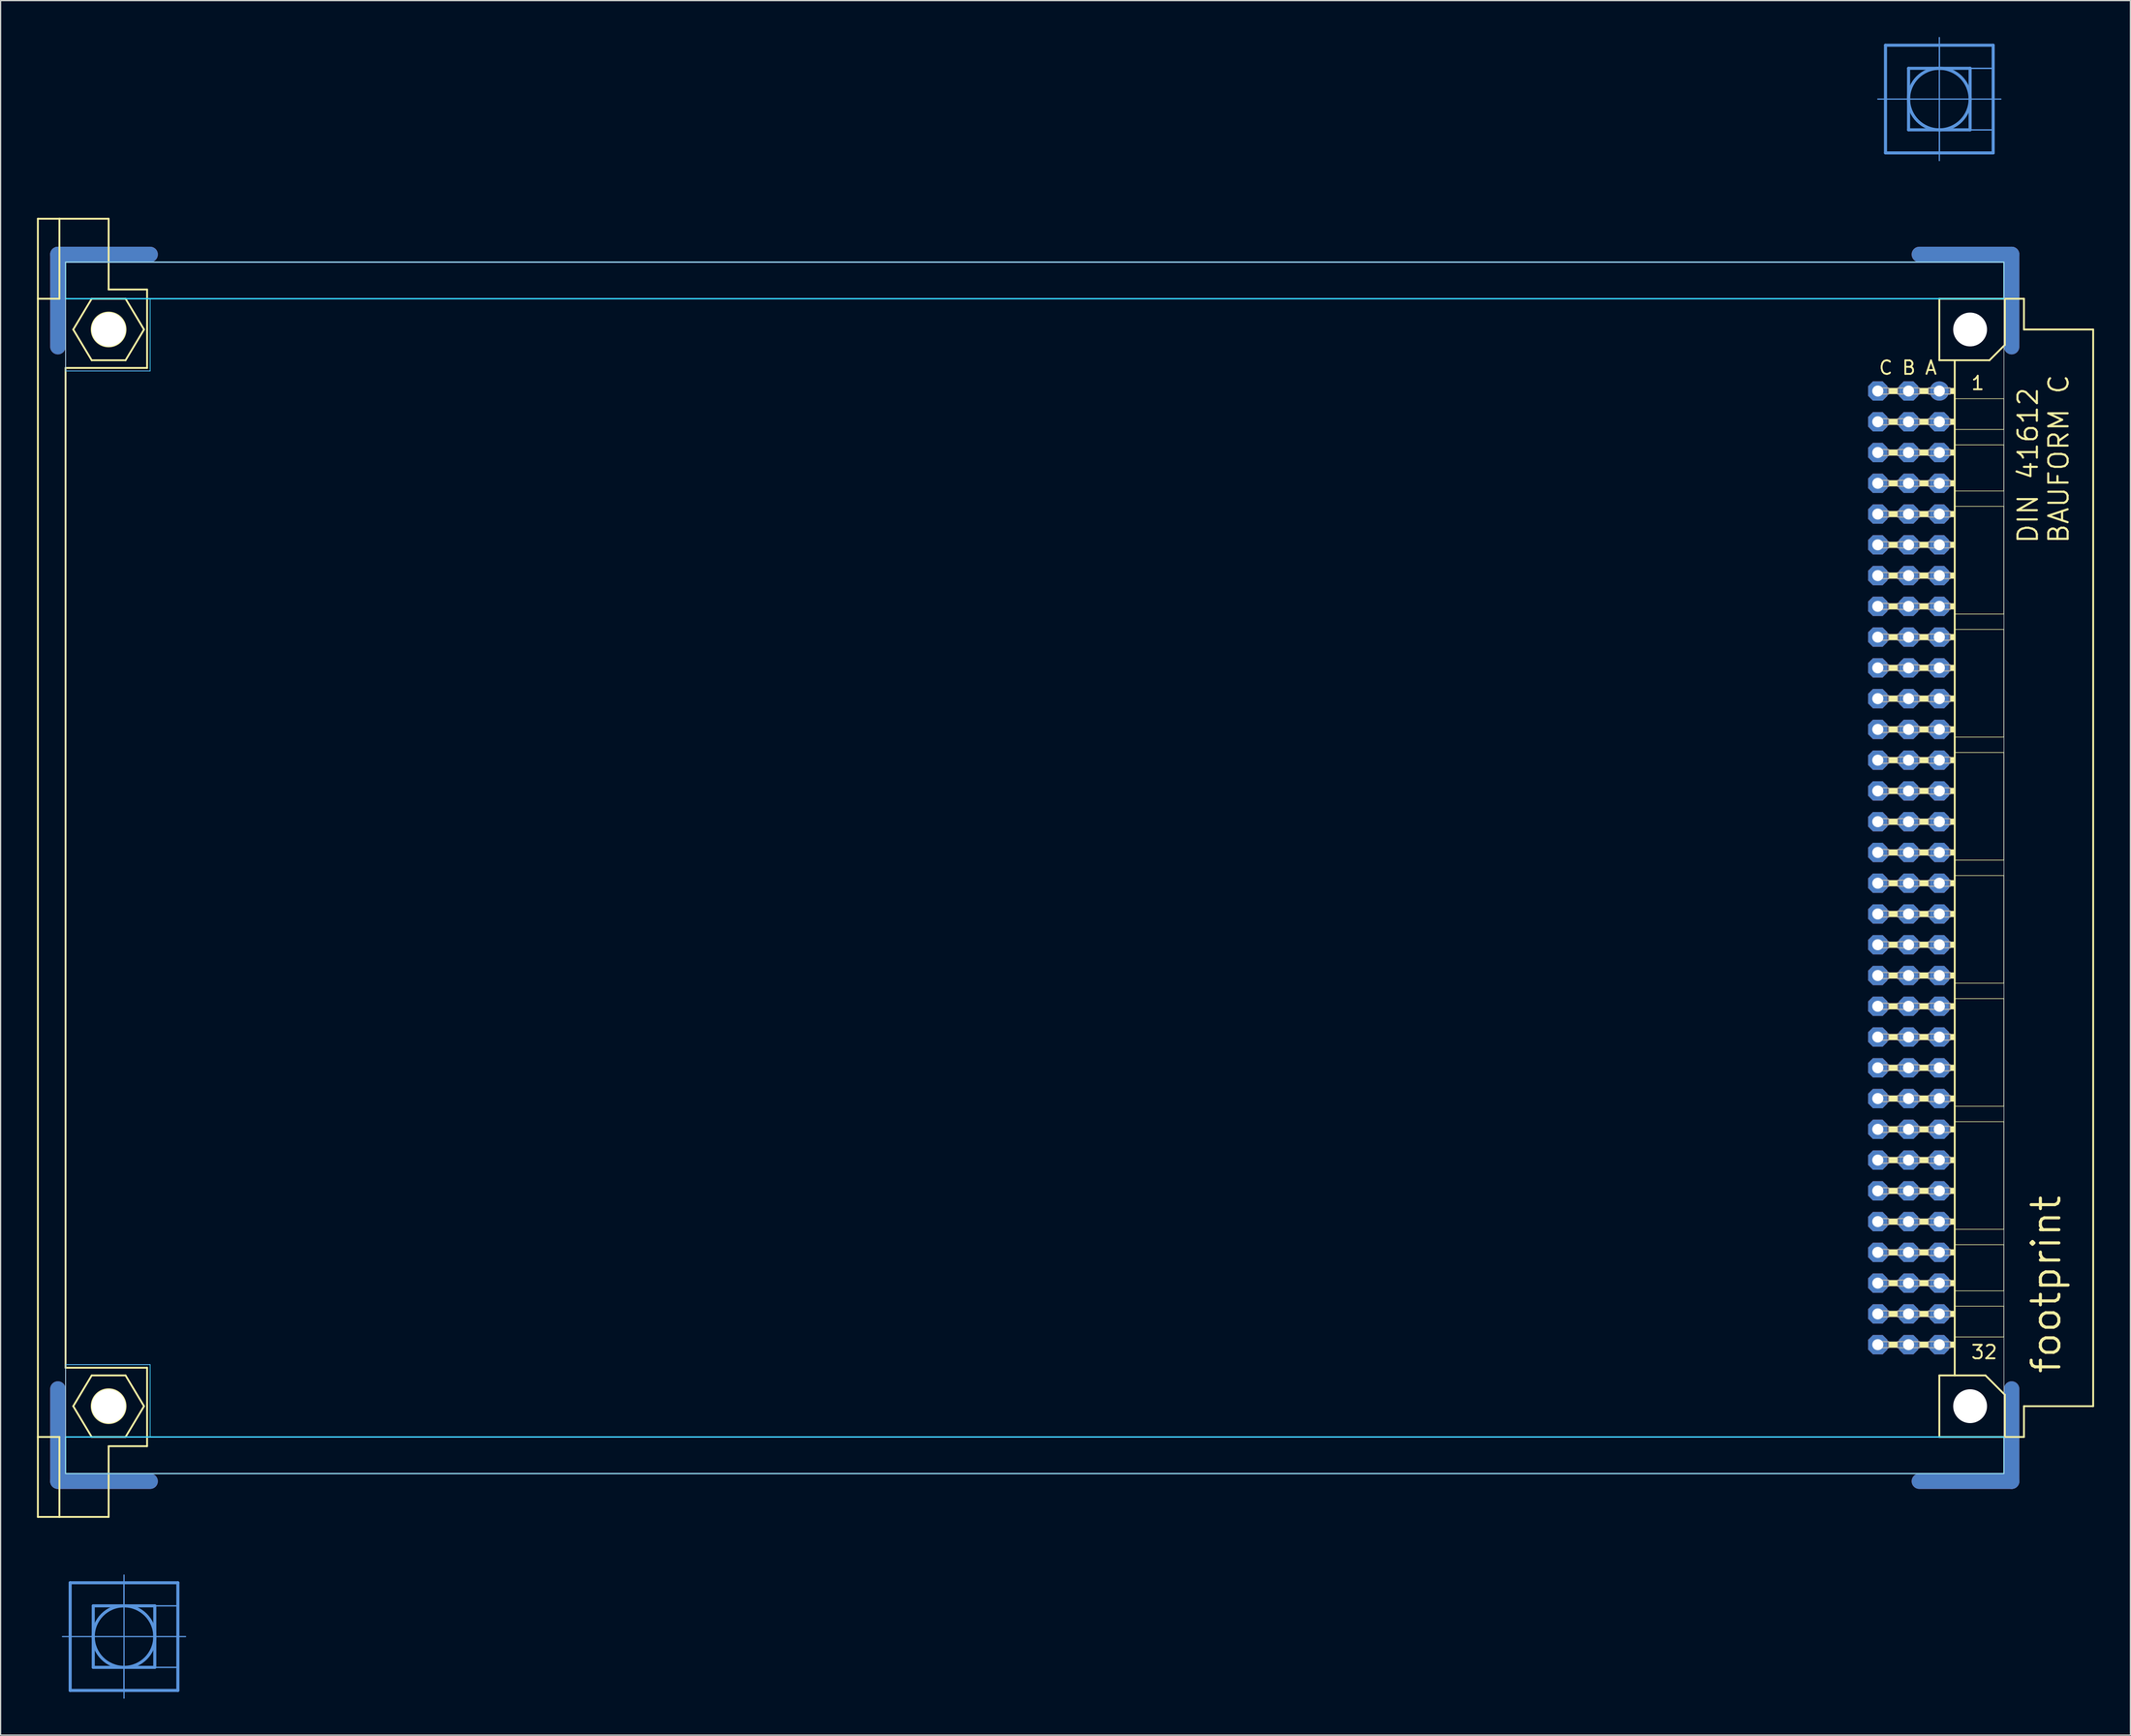
<source format=kicad_pcb>
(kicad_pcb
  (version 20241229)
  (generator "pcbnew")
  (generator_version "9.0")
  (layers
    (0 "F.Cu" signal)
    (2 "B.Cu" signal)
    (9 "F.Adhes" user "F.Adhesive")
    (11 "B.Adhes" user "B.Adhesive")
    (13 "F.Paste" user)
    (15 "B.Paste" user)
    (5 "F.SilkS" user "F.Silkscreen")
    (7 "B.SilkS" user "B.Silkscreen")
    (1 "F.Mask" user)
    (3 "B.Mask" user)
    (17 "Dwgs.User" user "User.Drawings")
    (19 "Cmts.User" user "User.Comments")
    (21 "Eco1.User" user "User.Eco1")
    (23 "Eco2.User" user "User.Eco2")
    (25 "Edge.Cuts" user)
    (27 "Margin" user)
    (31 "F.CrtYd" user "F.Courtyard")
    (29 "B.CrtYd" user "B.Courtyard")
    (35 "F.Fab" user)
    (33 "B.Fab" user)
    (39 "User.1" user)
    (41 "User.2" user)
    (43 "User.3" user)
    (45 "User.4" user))
  (footprint "footprint"
    (layer "F.Cu")
    (at 2.108 68.605)
    (property "Reference" "footprint" (at 165.1 41.91 90) (layer "F.SilkS") (effects (font (size 2.286 2.286) (thickness 0.254)) (justify left bottom)))
    (fp_line (start -0.381 -43.028) (end -0.381 -50.648) (stroke (width 1.27) (type solid)) (layer "F.Cu"))
    (fp_line (start -0.381 43.028) (end -0.381 50.648) (stroke (width 1.27) (type solid)) (layer "F.Cu"))
    (fp_line (start 7.239 -50.648) (end -0.381 -50.648) (stroke (width 1.27) (type solid)) (layer "F.Cu"))
    (fp_line (start 7.239 50.648) (end -0.381 50.648) (stroke (width 1.27) (type solid)) (layer "F.Cu"))
    (fp_line (start 153.289 -50.648) (end 160.909 -50.648) (stroke (width 1.27) (type solid)) (layer "F.Cu"))
    (fp_line (start 153.289 50.648) (end 160.909 50.648) (stroke (width 1.27) (type solid)) (layer "F.Cu"))
    (fp_line (start 160.909 -43.028) (end 160.909 -50.648) (stroke (width 1.27) (type solid)) (layer "F.Cu"))
    (fp_line (start 160.909 43.028) (end 160.909 50.648) (stroke (width 1.27) (type solid)) (layer "F.Cu"))
    (fp_line (start 0.254 -42.393) (end 0.254 -50.013) (stroke (width 0.152) (type solid)) (layer "F.Mask"))
    (fp_line (start 0.254 42.393) (end 0.254 50.013) (stroke (width 0.152) (type solid)) (layer "F.Mask"))
    (fp_line (start 7.874 -50.013) (end 0.254 -50.013) (stroke (width 0.152) (type solid)) (layer "F.Mask"))
    (fp_line (start 7.874 50.013) (end 0.254 50.013) (stroke (width 0.152) (type solid)) (layer "F.Mask"))
    (fp_line (start 152.654 -50.013) (end 160.274 -50.013) (stroke (width 0.152) (type solid)) (layer "F.Mask"))
    (fp_line (start 152.654 50.013) (end 160.274 50.013) (stroke (width 0.152) (type solid)) (layer "F.Mask"))
    (fp_line (start 160.274 -42.393) (end 160.274 -50.013) (stroke (width 0.152) (type solid)) (layer "F.Mask"))
    (fp_line (start 160.274 42.393) (end 160.274 50.013) (stroke (width 0.152) (type solid)) (layer "F.Mask"))
    (fp_line (start -0.381 -43.028) (end -0.381 -50.648) (stroke (width 1.27) (type solid)) (layer "B.Cu"))
    (fp_line (start -0.381 43.028) (end -0.381 50.648) (stroke (width 1.27) (type solid)) (layer "B.Cu"))
    (fp_line (start 7.239 -50.648) (end -0.381 -50.648) (stroke (width 1.27) (type solid)) (layer "B.Cu"))
    (fp_line (start 7.239 50.648) (end -0.381 50.648) (stroke (width 1.27) (type solid)) (layer "B.Cu"))
    (fp_line (start 153.289 -50.648) (end 160.909 -50.648) (stroke (width 1.27) (type solid)) (layer "B.Cu"))
    (fp_line (start 153.289 50.648) (end 160.909 50.648) (stroke (width 1.27) (type solid)) (layer "B.Cu"))
    (fp_line (start 160.909 -43.028) (end 160.909 -50.648) (stroke (width 1.27) (type solid)) (layer "B.Cu"))
    (fp_line (start 160.909 43.028) (end 160.909 50.648) (stroke (width 1.27) (type solid)) (layer "B.Cu"))
    (fp_line (start 0.254 -50.013) (end 7.874 -50.013) (stroke (width 0.152) (type solid)) (layer "B.Mask"))
    (fp_line (start 0.254 -42.393) (end 0.254 -50.013) (stroke (width 0.152) (type solid)) (layer "B.Mask"))
    (fp_line (start 0.254 50.013) (end 0.254 42.393) (stroke (width 0.152) (type solid)) (layer "B.Mask"))
    (fp_line (start 7.874 50.013) (end 0.254 50.013) (stroke (width 0.152) (type solid)) (layer "B.Mask"))
    (fp_line (start 152.654 -50.013) (end 160.274 -50.013) (stroke (width 0.152) (type solid)) (layer "B.Mask"))
    (fp_line (start 160.274 -50.013) (end 160.274 -42.393) (stroke (width 0.152) (type solid)) (layer "B.Mask"))
    (fp_line (start 160.274 42.393) (end 160.274 50.013) (stroke (width 0.152) (type solid)) (layer "B.Mask"))
    (fp_line (start 160.274 50.013) (end 152.654 50.013) (stroke (width 0.152) (type solid)) (layer "B.Mask"))
    (fp_line (start -2.032 -53.594) (end -0.254 -53.594) (stroke (width 0.152) (type solid)) (layer "F.SilkS"))
    (fp_line (start -2.032 -46.99) (end -2.032 -53.594) (stroke (width 0.152) (type solid)) (layer "F.SilkS"))
    (fp_line (start -2.032 -46.99) (end -0.254 -46.99) (stroke (width 0.152) (type solid)) (layer "F.SilkS"))
    (fp_line (start -2.032 46.99) (end -2.032 -46.99) (stroke (width 0.152) (type solid)) (layer "F.SilkS"))
    (fp_line (start -2.032 46.99) (end -0.254 46.99) (stroke (width 0.152) (type solid)) (layer "F.SilkS"))
    (fp_line (start -2.032 53.594) (end -2.032 46.99) (stroke (width 0.152) (type solid)) (layer "F.SilkS"))
    (fp_line (start -2.032 53.594) (end -0.254 53.594) (stroke (width 0.152) (type solid)) (layer "F.SilkS"))
    (fp_line (start -0.254 -53.594) (end -0.254 -46.99) (stroke (width 0.152) (type solid)) (layer "F.SilkS"))
    (fp_line (start -0.254 -53.594) (end 3.81 -53.594) (stroke (width 0.152) (type solid)) (layer "F.SilkS"))
    (fp_line (start -0.254 53.594) (end -0.254 46.99) (stroke (width 0.152) (type solid)) (layer "F.SilkS"))
    (fp_line (start -0.254 53.594) (end 3.81 53.594) (stroke (width 0.152) (type solid)) (layer "F.SilkS"))
    (fp_line (start 0.254 -41.275) (end 0.254 41.275) (stroke (width 0.152) (type solid)) (layer "F.SilkS"))
    (fp_line (start 0.254 -41.275) (end 6.985 -41.275) (stroke (width 0.152) (type solid)) (layer "F.SilkS"))
    (fp_line (start 0.254 41.275) (end 6.985 41.275) (stroke (width 0.152) (type solid)) (layer "F.SilkS"))
    (fp_line (start 0.889 -44.45) (end 2.413 -46.99) (stroke (width 0.152) (type solid)) (layer "F.SilkS"))
    (fp_line (start 0.889 44.45) (end 2.413 46.99) (stroke (width 0.152) (type solid)) (layer "F.SilkS"))
    (fp_line (start 2.413 -46.99) (end 5.207 -46.99) (stroke (width 0.152) (type solid)) (layer "F.SilkS"))
    (fp_line (start 2.413 -41.91) (end 0.889 -44.45) (stroke (width 0.152) (type solid)) (layer "F.SilkS"))
    (fp_line (start 2.413 41.91) (end 0.889 44.45) (stroke (width 0.152) (type solid)) (layer "F.SilkS"))
    (fp_line (start 2.413 46.99) (end 5.207 46.99) (stroke (width 0.152) (type solid)) (layer "F.SilkS"))
    (fp_line (start 3.81 -53.594) (end 3.81 -47.752) (stroke (width 0.152) (type solid)) (layer "F.SilkS"))
    (fp_line (start 3.81 -47.752) (end 6.985 -47.752) (stroke (width 0.152) (type solid)) (layer "F.SilkS"))
    (fp_line (start 3.81 47.752) (end 6.985 47.752) (stroke (width 0.152) (type solid)) (layer "F.SilkS"))
    (fp_line (start 3.81 53.594) (end 3.81 47.752) (stroke (width 0.152) (type solid)) (layer "F.SilkS"))
    (fp_line (start 5.207 -46.99) (end 6.731 -44.45) (stroke (width 0.152) (type solid)) (layer "F.SilkS"))
    (fp_line (start 5.207 -41.91) (end 2.413 -41.91) (stroke (width 0.152) (type solid)) (layer "F.SilkS"))
    (fp_line (start 5.207 41.91) (end 2.413 41.91) (stroke (width 0.152) (type solid)) (layer "F.SilkS"))
    (fp_line (start 5.207 46.99) (end 6.731 44.45) (stroke (width 0.152) (type solid)) (layer "F.SilkS"))
    (fp_line (start 6.731 -44.45) (end 5.207 -41.91) (stroke (width 0.152) (type solid)) (layer "F.SilkS"))
    (fp_line (start 6.731 44.45) (end 5.207 41.91) (stroke (width 0.152) (type solid)) (layer "F.SilkS"))
    (fp_line (start 6.985 -47.752) (end 6.985 -41.275) (stroke (width 0.152) (type solid)) (layer "F.SilkS"))
    (fp_line (start 6.985 47.752) (end 6.985 41.275) (stroke (width 0.152) (type solid)) (layer "F.SilkS"))
    (fp_line (start 154.94 -46.99) (end 154.94 -41.91) (stroke (width 0.152) (type solid)) (layer "F.SilkS"))
    (fp_line (start 154.94 -41.91) (end 156.21 -41.91) (stroke (width 0.152) (type solid)) (layer "F.SilkS"))
    (fp_line (start 154.94 41.91) (end 154.94 46.99) (stroke (width 0.152) (type solid)) (layer "F.SilkS"))
    (fp_line (start 154.94 41.91) (end 156.21 41.91) (stroke (width 0.152) (type solid)) (layer "F.SilkS"))
    (fp_line (start 154.94 46.99) (end 160.35 46.99) (stroke (width 0.152) (type solid)) (layer "F.SilkS"))
    (fp_line (start 156.21 -41.91) (end 156.21 -38.735) (stroke (width 0.152) (type solid)) (layer "F.SilkS"))
    (fp_line (start 156.21 -41.91) (end 159.08 -41.91) (stroke (width 0.152) (type solid)) (layer "F.SilkS"))
    (fp_line (start 156.21 -38.735) (end 156.21 -36.195) (stroke (width 0.152) (type solid)) (layer "F.SilkS"))
    (fp_line (start 156.21 -36.195) (end 156.21 -34.925) (stroke (width 0.152) (type solid)) (layer "F.SilkS"))
    (fp_line (start 156.21 -34.925) (end 156.21 -31.115) (stroke (width 0.152) (type solid)) (layer "F.SilkS"))
    (fp_line (start 156.21 -31.115) (end 156.21 -29.845) (stroke (width 0.152) (type solid)) (layer "F.SilkS"))
    (fp_line (start 156.21 -29.845) (end 156.21 -20.955) (stroke (width 0.152) (type solid)) (layer "F.SilkS"))
    (fp_line (start 156.21 -20.955) (end 156.21 -19.685) (stroke (width 0.152) (type solid)) (layer "F.SilkS"))
    (fp_line (start 156.21 -19.685) (end 156.21 -10.795) (stroke (width 0.152) (type solid)) (layer "F.SilkS"))
    (fp_line (start 156.21 -10.795) (end 156.21 -9.525) (stroke (width 0.152) (type solid)) (layer "F.SilkS"))
    (fp_line (start 156.21 -9.525) (end 156.21 -0.635) (stroke (width 0.152) (type solid)) (layer "F.SilkS"))
    (fp_line (start 156.21 -0.635) (end 156.21 0.635) (stroke (width 0.152) (type solid)) (layer "F.SilkS"))
    (fp_line (start 156.21 0.635) (end 156.21 9.525) (stroke (width 0.152) (type solid)) (layer "F.SilkS"))
    (fp_line (start 156.21 9.525) (end 156.21 10.795) (stroke (width 0.152) (type solid)) (layer "F.SilkS"))
    (fp_line (start 156.21 10.795) (end 156.21 19.685) (stroke (width 0.152) (type solid)) (layer "F.SilkS"))
    (fp_line (start 156.21 19.685) (end 156.21 20.955) (stroke (width 0.152) (type solid)) (layer "F.SilkS"))
    (fp_line (start 156.21 20.955) (end 156.21 29.845) (stroke (width 0.152) (type solid)) (layer "F.SilkS"))
    (fp_line (start 156.21 29.845) (end 156.21 31.115) (stroke (width 0.152) (type solid)) (layer "F.SilkS"))
    (fp_line (start 156.21 31.115) (end 156.21 34.925) (stroke (width 0.152) (type solid)) (layer "F.SilkS"))
    (fp_line (start 156.21 34.925) (end 156.21 36.195) (stroke (width 0.152) (type solid)) (layer "F.SilkS"))
    (fp_line (start 156.21 36.195) (end 156.21 38.735) (stroke (width 0.152) (type solid)) (layer "F.SilkS"))
    (fp_line (start 156.21 38.735) (end 156.21 41.91) (stroke (width 0.152) (type solid)) (layer "F.SilkS"))
    (fp_line (start 156.21 41.91) (end 158.75 41.91) (stroke (width 0.152) (type solid)) (layer "F.SilkS"))
    (fp_line (start 159.08 -41.91) (end 160.35 -43.18) (stroke (width 0.152) (type solid)) (layer "F.SilkS"))
    (fp_line (start 160.274 -38.735) (end 156.21 -38.735) (stroke (width 0.051) (type solid)) (layer "F.SilkS"))
    (fp_line (start 160.274 -38.735) (end 160.274 -36.195) (stroke (width 0.051) (type solid)) (layer "F.SilkS"))
    (fp_line (start 160.274 -36.195) (end 156.21 -36.195) (stroke (width 0.051) (type solid)) (layer "F.SilkS"))
    (fp_line (start 160.274 -34.925) (end 156.21 -34.925) (stroke (width 0.051) (type solid)) (layer "F.SilkS"))
    (fp_line (start 160.274 -34.925) (end 160.274 -31.115) (stroke (width 0.051) (type solid)) (layer "F.SilkS"))
    (fp_line (start 160.274 -31.115) (end 156.21 -31.115) (stroke (width 0.051) (type solid)) (layer "F.SilkS"))
    (fp_line (start 160.274 -29.845) (end 156.21 -29.845) (stroke (width 0.051) (type solid)) (layer "F.SilkS"))
    (fp_line (start 160.274 -29.845) (end 160.274 -20.955) (stroke (width 0.051) (type solid)) (layer "F.SilkS"))
    (fp_line (start 160.274 -20.955) (end 156.21 -20.955) (stroke (width 0.051) (type solid)) (layer "F.SilkS"))
    (fp_line (start 160.274 -19.685) (end 156.21 -19.685) (stroke (width 0.051) (type solid)) (layer "F.SilkS"))
    (fp_line (start 160.274 -19.685) (end 160.274 -10.795) (stroke (width 0.051) (type solid)) (layer "F.SilkS"))
    (fp_line (start 160.274 -10.795) (end 156.21 -10.795) (stroke (width 0.051) (type solid)) (layer "F.SilkS"))
    (fp_line (start 160.274 -9.525) (end 156.21 -9.525) (stroke (width 0.051) (type solid)) (layer "F.SilkS"))
    (fp_line (start 160.274 -9.525) (end 160.274 -0.635) (stroke (width 0.051) (type solid)) (layer "F.SilkS"))
    (fp_line (start 160.274 -0.635) (end 156.21 -0.635) (stroke (width 0.051) (type solid)) (layer "F.SilkS"))
    (fp_line (start 160.274 0.635) (end 156.21 0.635) (stroke (width 0.051) (type solid)) (layer "F.SilkS"))
    (fp_line (start 160.274 0.635) (end 160.274 9.525) (stroke (width 0.051) (type solid)) (layer "F.SilkS"))
    (fp_line (start 160.274 9.525) (end 156.21 9.525) (stroke (width 0.051) (type solid)) (layer "F.SilkS"))
    (fp_line (start 160.274 10.795) (end 156.21 10.795) (stroke (width 0.051) (type solid)) (layer "F.SilkS"))
    (fp_line (start 160.274 10.795) (end 160.274 19.685) (stroke (width 0.051) (type solid)) (layer "F.SilkS"))
    (fp_line (start 160.274 19.685) (end 156.21 19.685) (stroke (width 0.051) (type solid)) (layer "F.SilkS"))
    (fp_line (start 160.274 20.955) (end 156.21 20.955) (stroke (width 0.051) (type solid)) (layer "F.SilkS"))
    (fp_line (start 160.274 20.955) (end 160.274 29.845) (stroke (width 0.051) (type solid)) (layer "F.SilkS"))
    (fp_line (start 160.274 29.845) (end 156.21 29.845) (stroke (width 0.051) (type solid)) (layer "F.SilkS"))
    (fp_line (start 160.274 31.115) (end 156.21 31.115) (stroke (width 0.051) (type solid)) (layer "F.SilkS"))
    (fp_line (start 160.274 31.115) (end 160.274 34.925) (stroke (width 0.051) (type solid)) (layer "F.SilkS"))
    (fp_line (start 160.274 34.925) (end 156.21 34.925) (stroke (width 0.051) (type solid)) (layer "F.SilkS"))
    (fp_line (start 160.274 36.195) (end 156.21 36.195) (stroke (width 0.051) (type solid)) (layer "F.SilkS"))
    (fp_line (start 160.274 36.195) (end 160.274 38.735) (stroke (width 0.051) (type solid)) (layer "F.SilkS"))
    (fp_line (start 160.274 38.735) (end 156.21 38.735) (stroke (width 0.051) (type solid)) (layer "F.SilkS"))
    (fp_line (start 160.35 -46.99) (end 154.94 -46.99) (stroke (width 0.152) (type solid)) (layer "F.SilkS"))
    (fp_line (start 160.35 -43.18) (end 160.35 -46.99) (stroke (width 0.152) (type solid)) (layer "F.SilkS"))
    (fp_line (start 160.35 43.51) (end 158.75 41.91) (stroke (width 0.152) (type solid)) (layer "F.SilkS"))
    (fp_line (start 160.35 43.51) (end 160.35 46.99) (stroke (width 0.152) (type solid)) (layer "F.SilkS"))
    (fp_line (start 160.35 46.99) (end 161.925 46.99) (stroke (width 0.152) (type solid)) (layer "F.SilkS"))
    (fp_line (start 161.925 -46.99) (end 160.35 -46.99) (stroke (width 0.152) (type solid)) (layer "F.SilkS"))
    (fp_line (start 161.925 -44.45) (end 161.925 -46.99) (stroke (width 0.152) (type solid)) (layer "F.SilkS"))
    (fp_line (start 161.925 44.45) (end 167.64 44.45) (stroke (width 0.152) (type solid)) (layer "F.SilkS"))
    (fp_line (start 161.925 46.99) (end 161.925 44.45) (stroke (width 0.152) (type solid)) (layer "F.SilkS"))
    (fp_line (start 167.64 -44.45) (end 161.925 -44.45) (stroke (width 0.152) (type solid)) (layer "F.SilkS"))
    (fp_line (start 167.64 44.45) (end 167.64 -44.45) (stroke (width 0.152) (type solid)) (layer "F.SilkS"))
    (fp_circle (center 3.81 -44.45) (end 5.207 -44.45) (stroke (width 0.152) (type solid)) (fill no) (layer "F.SilkS"))
    (fp_circle (center 3.81 44.45) (end 5.207 44.45) (stroke (width 0.152) (type solid)) (fill no) (layer "F.SilkS"))
    (fp_circle (center 157.48 -44.45) (end 158.75 -44.45) (stroke (width 0.152) (type solid)) (fill no) (layer "F.SilkS"))
    (fp_circle (center 157.48 44.45) (end 158.75 44.45) (stroke (width 0.152) (type solid)) (fill no) (layer "F.SilkS"))
    (fp_poly (pts (xy 150.749 -39.116) (xy 151.511 -39.116) (xy 151.511 -39.624) (xy 150.749 -39.624)) (stroke (width 0) (type solid)) (fill yes) (layer "F.SilkS"))
    (fp_poly (pts (xy 150.749 -36.576) (xy 151.511 -36.576) (xy 151.511 -37.084) (xy 150.749 -37.084)) (stroke (width 0) (type solid)) (fill yes) (layer "F.SilkS"))
    (fp_poly (pts (xy 150.749 -34.036) (xy 151.511 -34.036) (xy 151.511 -34.544) (xy 150.749 -34.544)) (stroke (width 0) (type solid)) (fill yes) (layer "F.SilkS"))
    (fp_poly (pts (xy 150.749 -31.496) (xy 151.511 -31.496) (xy 151.511 -32.004) (xy 150.749 -32.004)) (stroke (width 0) (type solid)) (fill yes) (layer "F.SilkS"))
    (fp_poly (pts (xy 150.749 -28.956) (xy 151.511 -28.956) (xy 151.511 -29.464) (xy 150.749 -29.464)) (stroke (width 0) (type solid)) (fill yes) (layer "F.SilkS"))
    (fp_poly (pts (xy 150.749 -26.416) (xy 151.511 -26.416) (xy 151.511 -26.924) (xy 150.749 -26.924)) (stroke (width 0) (type solid)) (fill yes) (layer "F.SilkS"))
    (fp_poly (pts (xy 150.749 -23.876) (xy 151.511 -23.876) (xy 151.511 -24.384) (xy 150.749 -24.384)) (stroke (width 0) (type solid)) (fill yes) (layer "F.SilkS"))
    (fp_poly (pts (xy 150.749 -21.336) (xy 151.511 -21.336) (xy 151.511 -21.844) (xy 150.749 -21.844)) (stroke (width 0) (type solid)) (fill yes) (layer "F.SilkS"))
    (fp_poly (pts (xy 150.749 -18.796) (xy 151.511 -18.796) (xy 151.511 -19.304) (xy 150.749 -19.304)) (stroke (width 0) (type solid)) (fill yes) (layer "F.SilkS"))
    (fp_poly (pts (xy 150.749 -16.256) (xy 151.511 -16.256) (xy 151.511 -16.764) (xy 150.749 -16.764)) (stroke (width 0) (type solid)) (fill yes) (layer "F.SilkS"))
    (fp_poly (pts (xy 150.749 -13.716) (xy 151.511 -13.716) (xy 151.511 -14.224) (xy 150.749 -14.224)) (stroke (width 0) (type solid)) (fill yes) (layer "F.SilkS"))
    (fp_poly (pts (xy 150.749 -11.176) (xy 151.511 -11.176) (xy 151.511 -11.684) (xy 150.749 -11.684)) (stroke (width 0) (type solid)) (fill yes) (layer "F.SilkS"))
    (fp_poly (pts (xy 150.749 -8.636) (xy 151.511 -8.636) (xy 151.511 -9.144) (xy 150.749 -9.144)) (stroke (width 0) (type solid)) (fill yes) (layer "F.SilkS"))
    (fp_poly (pts (xy 150.749 -6.096) (xy 151.511 -6.096) (xy 151.511 -6.604) (xy 150.749 -6.604)) (stroke (width 0) (type solid)) (fill yes) (layer "F.SilkS"))
    (fp_poly (pts (xy 150.749 -3.556) (xy 151.511 -3.556) (xy 151.511 -4.064) (xy 150.749 -4.064)) (stroke (width 0) (type solid)) (fill yes) (layer "F.SilkS"))
    (fp_poly (pts (xy 150.749 -1.016) (xy 151.511 -1.016) (xy 151.511 -1.524) (xy 150.749 -1.524)) (stroke (width 0) (type solid)) (fill yes) (layer "F.SilkS"))
    (fp_poly (pts (xy 150.749 1.524) (xy 151.511 1.524) (xy 151.511 1.016) (xy 150.749 1.016)) (stroke (width 0) (type solid)) (fill yes) (layer "F.SilkS"))
    (fp_poly (pts (xy 150.749 4.064) (xy 151.511 4.064) (xy 151.511 3.556) (xy 150.749 3.556)) (stroke (width 0) (type solid)) (fill yes) (layer "F.SilkS"))
    (fp_poly (pts (xy 150.749 6.604) (xy 151.511 6.604) (xy 151.511 6.096) (xy 150.749 6.096)) (stroke (width 0) (type solid)) (fill yes) (layer "F.SilkS"))
    (fp_poly (pts (xy 150.749 9.144) (xy 151.511 9.144) (xy 151.511 8.636) (xy 150.749 8.636)) (stroke (width 0) (type solid)) (fill yes) (layer "F.SilkS"))
    (fp_poly (pts (xy 150.749 11.684) (xy 151.511 11.684) (xy 151.511 11.176) (xy 150.749 11.176)) (stroke (width 0) (type solid)) (fill yes) (layer "F.SilkS"))
    (fp_poly (pts (xy 150.749 14.224) (xy 151.511 14.224) (xy 151.511 13.716) (xy 150.749 13.716)) (stroke (width 0) (type solid)) (fill yes) (layer "F.SilkS"))
    (fp_poly (pts (xy 150.749 16.764) (xy 151.511 16.764) (xy 151.511 16.256) (xy 150.749 16.256)) (stroke (width 0) (type solid)) (fill yes) (layer "F.SilkS"))
    (fp_poly (pts (xy 150.749 19.304) (xy 151.511 19.304) (xy 151.511 18.796) (xy 150.749 18.796)) (stroke (width 0) (type solid)) (fill yes) (layer "F.SilkS"))
    (fp_poly (pts (xy 150.749 21.844) (xy 151.511 21.844) (xy 151.511 21.336) (xy 150.749 21.336)) (stroke (width 0) (type solid)) (fill yes) (layer "F.SilkS"))
    (fp_poly (pts (xy 150.749 24.384) (xy 151.511 24.384) (xy 151.511 23.876) (xy 150.749 23.876)) (stroke (width 0) (type solid)) (fill yes) (layer "F.SilkS"))
    (fp_poly (pts (xy 150.749 26.924) (xy 151.511 26.924) (xy 151.511 26.416) (xy 150.749 26.416)) (stroke (width 0) (type solid)) (fill yes) (layer "F.SilkS"))
    (fp_poly (pts (xy 150.749 29.464) (xy 151.511 29.464) (xy 151.511 28.956) (xy 150.749 28.956)) (stroke (width 0) (type solid)) (fill yes) (layer "F.SilkS"))
    (fp_poly (pts (xy 150.749 32.004) (xy 151.511 32.004) (xy 151.511 31.496) (xy 150.749 31.496)) (stroke (width 0) (type solid)) (fill yes) (layer "F.SilkS"))
    (fp_poly (pts (xy 150.749 34.544) (xy 151.511 34.544) (xy 151.511 34.036) (xy 150.749 34.036)) (stroke (width 0) (type solid)) (fill yes) (layer "F.SilkS"))
    (fp_poly (pts (xy 150.749 37.084) (xy 151.511 37.084) (xy 151.511 36.576) (xy 150.749 36.576)) (stroke (width 0) (type solid)) (fill yes) (layer "F.SilkS"))
    (fp_poly (pts (xy 150.749 39.624) (xy 151.511 39.624) (xy 151.511 39.116) (xy 150.749 39.116)) (stroke (width 0) (type solid)) (fill yes) (layer "F.SilkS"))
    (fp_poly (pts (xy 153.289 -39.116) (xy 154.051 -39.116) (xy 154.051 -39.624) (xy 153.289 -39.624)) (stroke (width 0) (type solid)) (fill yes) (layer "F.SilkS"))
    (fp_poly (pts (xy 153.289 -36.576) (xy 154.051 -36.576) (xy 154.051 -37.084) (xy 153.289 -37.084)) (stroke (width 0) (type solid)) (fill yes) (layer "F.SilkS"))
    (fp_poly (pts (xy 153.289 -34.036) (xy 154.051 -34.036) (xy 154.051 -34.544) (xy 153.289 -34.544)) (stroke (width 0) (type solid)) (fill yes) (layer "F.SilkS"))
    (fp_poly (pts (xy 153.289 -31.496) (xy 154.051 -31.496) (xy 154.051 -32.004) (xy 153.289 -32.004)) (stroke (width 0) (type solid)) (fill yes) (layer "F.SilkS"))
    (fp_poly (pts (xy 153.289 -28.956) (xy 154.051 -28.956) (xy 154.051 -29.464) (xy 153.289 -29.464)) (stroke (width 0) (type solid)) (fill yes) (layer "F.SilkS"))
    (fp_poly (pts (xy 153.289 -26.416) (xy 154.051 -26.416) (xy 154.051 -26.924) (xy 153.289 -26.924)) (stroke (width 0) (type solid)) (fill yes) (layer "F.SilkS"))
    (fp_poly (pts (xy 153.289 -23.876) (xy 154.051 -23.876) (xy 154.051 -24.384) (xy 153.289 -24.384)) (stroke (width 0) (type solid)) (fill yes) (layer "F.SilkS"))
    (fp_poly (pts (xy 153.289 -21.336) (xy 154.051 -21.336) (xy 154.051 -21.844) (xy 153.289 -21.844)) (stroke (width 0) (type solid)) (fill yes) (layer "F.SilkS"))
    (fp_poly (pts (xy 153.289 -18.796) (xy 154.051 -18.796) (xy 154.051 -19.304) (xy 153.289 -19.304)) (stroke (width 0) (type solid)) (fill yes) (layer "F.SilkS"))
    (fp_poly (pts (xy 153.289 -16.256) (xy 154.051 -16.256) (xy 154.051 -16.764) (xy 153.289 -16.764)) (stroke (width 0) (type solid)) (fill yes) (layer "F.SilkS"))
    (fp_poly (pts (xy 153.289 -13.716) (xy 154.051 -13.716) (xy 154.051 -14.224) (xy 153.289 -14.224)) (stroke (width 0) (type solid)) (fill yes) (layer "F.SilkS"))
    (fp_poly (pts (xy 153.289 -11.176) (xy 154.051 -11.176) (xy 154.051 -11.684) (xy 153.289 -11.684)) (stroke (width 0) (type solid)) (fill yes) (layer "F.SilkS"))
    (fp_poly (pts (xy 153.289 -8.636) (xy 154.051 -8.636) (xy 154.051 -9.144) (xy 153.289 -9.144)) (stroke (width 0) (type solid)) (fill yes) (layer "F.SilkS"))
    (fp_poly (pts (xy 153.289 -6.096) (xy 154.051 -6.096) (xy 154.051 -6.604) (xy 153.289 -6.604)) (stroke (width 0) (type solid)) (fill yes) (layer "F.SilkS"))
    (fp_poly (pts (xy 153.289 -3.556) (xy 154.051 -3.556) (xy 154.051 -4.064) (xy 153.289 -4.064)) (stroke (width 0) (type solid)) (fill yes) (layer "F.SilkS"))
    (fp_poly (pts (xy 153.289 -1.016) (xy 154.051 -1.016) (xy 154.051 -1.524) (xy 153.289 -1.524)) (stroke (width 0) (type solid)) (fill yes) (layer "F.SilkS"))
    (fp_poly (pts (xy 153.289 1.524) (xy 154.051 1.524) (xy 154.051 1.016) (xy 153.289 1.016)) (stroke (width 0) (type solid)) (fill yes) (layer "F.SilkS"))
    (fp_poly (pts (xy 153.289 4.064) (xy 154.051 4.064) (xy 154.051 3.556) (xy 153.289 3.556)) (stroke (width 0) (type solid)) (fill yes) (layer "F.SilkS"))
    (fp_poly (pts (xy 153.289 6.604) (xy 154.051 6.604) (xy 154.051 6.096) (xy 153.289 6.096)) (stroke (width 0) (type solid)) (fill yes) (layer "F.SilkS"))
    (fp_poly (pts (xy 153.289 9.144) (xy 154.051 9.144) (xy 154.051 8.636) (xy 153.289 8.636)) (stroke (width 0) (type solid)) (fill yes) (layer "F.SilkS"))
    (fp_poly (pts (xy 153.289 11.684) (xy 154.051 11.684) (xy 154.051 11.176) (xy 153.289 11.176)) (stroke (width 0) (type solid)) (fill yes) (layer "F.SilkS"))
    (fp_poly (pts (xy 153.289 14.224) (xy 154.051 14.224) (xy 154.051 13.716) (xy 153.289 13.716)) (stroke (width 0) (type solid)) (fill yes) (layer "F.SilkS"))
    (fp_poly (pts (xy 153.289 16.764) (xy 154.051 16.764) (xy 154.051 16.256) (xy 153.289 16.256)) (stroke (width 0) (type solid)) (fill yes) (layer "F.SilkS"))
    (fp_poly (pts (xy 153.289 19.304) (xy 154.051 19.304) (xy 154.051 18.796) (xy 153.289 18.796)) (stroke (width 0) (type solid)) (fill yes) (layer "F.SilkS"))
    (fp_poly (pts (xy 153.289 21.844) (xy 154.051 21.844) (xy 154.051 21.336) (xy 153.289 21.336)) (stroke (width 0) (type solid)) (fill yes) (layer "F.SilkS"))
    (fp_poly (pts (xy 153.289 24.384) (xy 154.051 24.384) (xy 154.051 23.876) (xy 153.289 23.876)) (stroke (width 0) (type solid)) (fill yes) (layer "F.SilkS"))
    (fp_poly (pts (xy 153.289 26.924) (xy 154.051 26.924) (xy 154.051 26.416) (xy 153.289 26.416)) (stroke (width 0) (type solid)) (fill yes) (layer "F.SilkS"))
    (fp_poly (pts (xy 153.289 29.464) (xy 154.051 29.464) (xy 154.051 28.956) (xy 153.289 28.956)) (stroke (width 0) (type solid)) (fill yes) (layer "F.SilkS"))
    (fp_poly (pts (xy 153.289 32.004) (xy 154.051 32.004) (xy 154.051 31.496) (xy 153.289 31.496)) (stroke (width 0) (type solid)) (fill yes) (layer "F.SilkS"))
    (fp_poly (pts (xy 153.289 34.544) (xy 154.051 34.544) (xy 154.051 34.036) (xy 153.289 34.036)) (stroke (width 0) (type solid)) (fill yes) (layer "F.SilkS"))
    (fp_poly (pts (xy 153.289 37.084) (xy 154.051 37.084) (xy 154.051 36.576) (xy 153.289 36.576)) (stroke (width 0) (type solid)) (fill yes) (layer "F.SilkS"))
    (fp_poly (pts (xy 153.289 39.624) (xy 154.051 39.624) (xy 154.051 39.116) (xy 153.289 39.116)) (stroke (width 0) (type solid)) (fill yes) (layer "F.SilkS"))
    (fp_poly (pts (xy 155.829 -39.116) (xy 156.21 -39.116) (xy 156.21 -39.624) (xy 155.829 -39.624)) (stroke (width 0) (type solid)) (fill yes) (layer "F.SilkS"))
    (fp_poly (pts (xy 155.829 -36.576) (xy 156.21 -36.576) (xy 156.21 -37.084) (xy 155.829 -37.084)) (stroke (width 0) (type solid)) (fill yes) (layer "F.SilkS"))
    (fp_poly (pts (xy 155.829 -34.036) (xy 156.21 -34.036) (xy 156.21 -34.544) (xy 155.829 -34.544)) (stroke (width 0) (type solid)) (fill yes) (layer "F.SilkS"))
    (fp_poly (pts (xy 155.829 -31.496) (xy 156.21 -31.496) (xy 156.21 -32.004) (xy 155.829 -32.004)) (stroke (width 0) (type solid)) (fill yes) (layer "F.SilkS"))
    (fp_poly (pts (xy 155.829 -28.956) (xy 156.21 -28.956) (xy 156.21 -29.464) (xy 155.829 -29.464)) (stroke (width 0) (type solid)) (fill yes) (layer "F.SilkS"))
    (fp_poly (pts (xy 155.829 -26.416) (xy 156.21 -26.416) (xy 156.21 -26.924) (xy 155.829 -26.924)) (stroke (width 0) (type solid)) (fill yes) (layer "F.SilkS"))
    (fp_poly (pts (xy 155.829 -23.876) (xy 156.21 -23.876) (xy 156.21 -24.384) (xy 155.829 -24.384)) (stroke (width 0) (type solid)) (fill yes) (layer "F.SilkS"))
    (fp_poly (pts (xy 155.829 -21.336) (xy 156.21 -21.336) (xy 156.21 -21.844) (xy 155.829 -21.844)) (stroke (width 0) (type solid)) (fill yes) (layer "F.SilkS"))
    (fp_poly (pts (xy 155.829 -18.796) (xy 156.21 -18.796) (xy 156.21 -19.304) (xy 155.829 -19.304)) (stroke (width 0) (type solid)) (fill yes) (layer "F.SilkS"))
    (fp_poly (pts (xy 155.829 -16.256) (xy 156.21 -16.256) (xy 156.21 -16.764) (xy 155.829 -16.764)) (stroke (width 0) (type solid)) (fill yes) (layer "F.SilkS"))
    (fp_poly (pts (xy 155.829 -13.716) (xy 156.21 -13.716) (xy 156.21 -14.224) (xy 155.829 -14.224)) (stroke (width 0) (type solid)) (fill yes) (layer "F.SilkS"))
    (fp_poly (pts (xy 155.829 -11.176) (xy 156.21 -11.176) (xy 156.21 -11.684) (xy 155.829 -11.684)) (stroke (width 0) (type solid)) (fill yes) (layer "F.SilkS"))
    (fp_poly (pts (xy 155.829 -8.636) (xy 156.21 -8.636) (xy 156.21 -9.144) (xy 155.829 -9.144)) (stroke (width 0) (type solid)) (fill yes) (layer "F.SilkS"))
    (fp_poly (pts (xy 155.829 -6.096) (xy 156.21 -6.096) (xy 156.21 -6.604) (xy 155.829 -6.604)) (stroke (width 0) (type solid)) (fill yes) (layer "F.SilkS"))
    (fp_poly (pts (xy 155.829 -3.556) (xy 156.21 -3.556) (xy 156.21 -4.064) (xy 155.829 -4.064)) (stroke (width 0) (type solid)) (fill yes) (layer "F.SilkS"))
    (fp_poly (pts (xy 155.829 -1.016) (xy 156.21 -1.016) (xy 156.21 -1.524) (xy 155.829 -1.524)) (stroke (width 0) (type solid)) (fill yes) (layer "F.SilkS"))
    (fp_poly (pts (xy 155.829 1.524) (xy 156.21 1.524) (xy 156.21 1.016) (xy 155.829 1.016)) (stroke (width 0) (type solid)) (fill yes) (layer "F.SilkS"))
    (fp_poly (pts (xy 155.829 4.064) (xy 156.21 4.064) (xy 156.21 3.556) (xy 155.829 3.556)) (stroke (width 0) (type solid)) (fill yes) (layer "F.SilkS"))
    (fp_poly (pts (xy 155.829 6.604) (xy 156.21 6.604) (xy 156.21 6.096) (xy 155.829 6.096)) (stroke (width 0) (type solid)) (fill yes) (layer "F.SilkS"))
    (fp_poly (pts (xy 155.829 9.144) (xy 156.21 9.144) (xy 156.21 8.636) (xy 155.829 8.636)) (stroke (width 0) (type solid)) (fill yes) (layer "F.SilkS"))
    (fp_poly (pts (xy 155.829 11.684) (xy 156.21 11.684) (xy 156.21 11.176) (xy 155.829 11.176)) (stroke (width 0) (type solid)) (fill yes) (layer "F.SilkS"))
    (fp_poly (pts (xy 155.829 14.224) (xy 156.21 14.224) (xy 156.21 13.716) (xy 155.829 13.716)) (stroke (width 0) (type solid)) (fill yes) (layer "F.SilkS"))
    (fp_poly (pts (xy 155.829 16.764) (xy 156.21 16.764) (xy 156.21 16.256) (xy 155.829 16.256)) (stroke (width 0) (type solid)) (fill yes) (layer "F.SilkS"))
    (fp_poly (pts (xy 155.829 19.304) (xy 156.21 19.304) (xy 156.21 18.796) (xy 155.829 18.796)) (stroke (width 0) (type solid)) (fill yes) (layer "F.SilkS"))
    (fp_poly (pts (xy 155.829 21.844) (xy 156.21 21.844) (xy 156.21 21.336) (xy 155.829 21.336)) (stroke (width 0) (type solid)) (fill yes) (layer "F.SilkS"))
    (fp_poly (pts (xy 155.829 24.384) (xy 156.21 24.384) (xy 156.21 23.876) (xy 155.829 23.876)) (stroke (width 0) (type solid)) (fill yes) (layer "F.SilkS"))
    (fp_poly (pts (xy 155.829 26.924) (xy 156.21 26.924) (xy 156.21 26.416) (xy 155.829 26.416)) (stroke (width 0) (type solid)) (fill yes) (layer "F.SilkS"))
    (fp_poly (pts (xy 155.829 29.464) (xy 156.21 29.464) (xy 156.21 28.956) (xy 155.829 28.956)) (stroke (width 0) (type solid)) (fill yes) (layer "F.SilkS"))
    (fp_poly (pts (xy 155.829 32.004) (xy 156.21 32.004) (xy 156.21 31.496) (xy 155.829 31.496)) (stroke (width 0) (type solid)) (fill yes) (layer "F.SilkS"))
    (fp_poly (pts (xy 155.829 34.544) (xy 156.21 34.544) (xy 156.21 34.036) (xy 155.829 34.036)) (stroke (width 0) (type solid)) (fill yes) (layer "F.SilkS"))
    (fp_poly (pts (xy 155.829 37.084) (xy 156.21 37.084) (xy 156.21 36.576) (xy 155.829 36.576)) (stroke (width 0) (type solid)) (fill yes) (layer "F.SilkS"))
    (fp_poly (pts (xy 155.829 39.624) (xy 156.21 39.624) (xy 156.21 39.116) (xy 155.829 39.116)) (stroke (width 0) (type solid)) (fill yes) (layer "F.SilkS"))
    (fp_line (start 0 63.475) (end 0.635 63.475) (stroke (width 0.102) (type solid)) (layer "Cmts.User"))
    (fp_line (start 0.635 59.03) (end 9.525 59.03) (stroke (width 0.254) (type solid)) (layer "Cmts.User"))
    (fp_line (start 0.635 63.475) (end 0.635 59.03) (stroke (width 0.254) (type solid)) (layer "Cmts.User"))
    (fp_line (start 0.635 63.475) (end 10.16 63.475) (stroke (width 0.102) (type solid)) (layer "Cmts.User"))
    (fp_line (start 0.635 67.92) (end 0.635 63.475) (stroke (width 0.254) (type solid)) (layer "Cmts.User"))
    (fp_line (start 2.54 60.935) (end 2.54 66.015) (stroke (width 0.254) (type solid)) (layer "Cmts.User"))
    (fp_line (start 2.54 66.015) (end 7.62 66.015) (stroke (width 0.254) (type solid)) (layer "Cmts.User"))
    (fp_line (start 5.08 68.555) (end 5.08 58.395) (stroke (width 0.102) (type solid)) (layer "Cmts.User"))
    (fp_line (start 7.62 60.935) (end 2.54 60.935) (stroke (width 0.254) (type solid)) (layer "Cmts.User"))
    (fp_line (start 7.62 66.015) (end 7.62 60.935) (stroke (width 0.254) (type solid)) (layer "Cmts.User"))
    (fp_line (start 9.525 59.03) (end 9.525 67.92) (stroke (width 0.254) (type solid)) (layer "Cmts.User"))
    (fp_line (start 9.525 67.92) (end 0.635 67.92) (stroke (width 0.254) (type solid)) (layer "Cmts.User"))
    (fp_line (start 149.86 -63.475) (end 150.495 -63.475) (stroke (width 0.102) (type solid)) (layer "Cmts.User"))
    (fp_line (start 150.495 -67.92) (end 159.385 -67.92) (stroke (width 0.254) (type solid)) (layer "Cmts.User"))
    (fp_line (start 150.495 -63.475) (end 150.495 -67.92) (stroke (width 0.254) (type solid)) (layer "Cmts.User"))
    (fp_line (start 150.495 -63.475) (end 160.02 -63.475) (stroke (width 0.102) (type solid)) (layer "Cmts.User"))
    (fp_line (start 150.495 -59.03) (end 150.495 -63.475) (stroke (width 0.254) (type solid)) (layer "Cmts.User"))
    (fp_line (start 152.4 -66.015) (end 152.4 -60.935) (stroke (width 0.254) (type solid)) (layer "Cmts.User"))
    (fp_line (start 152.4 -60.935) (end 157.48 -60.935) (stroke (width 0.254) (type solid)) (layer "Cmts.User"))
    (fp_line (start 154.94 -58.395) (end 154.94 -68.555) (stroke (width 0.102) (type solid)) (layer "Cmts.User"))
    (fp_line (start 157.48 -66.015) (end 152.4 -66.015) (stroke (width 0.254) (type solid)) (layer "Cmts.User"))
    (fp_line (start 157.48 -60.935) (end 157.48 -66.015) (stroke (width 0.254) (type solid)) (layer "Cmts.User"))
    (fp_line (start 159.385 -67.92) (end 159.385 -59.03) (stroke (width 0.254) (type solid)) (layer "Cmts.User"))
    (fp_line (start 159.385 -59.03) (end 150.495 -59.03) (stroke (width 0.254) (type solid)) (layer "Cmts.User"))
    (fp_circle (center 5.08 63.475) (end 7.62 63.475) (stroke (width 0.254) (type solid)) (fill no) (layer "Cmts.User"))
    (fp_circle (center 154.94 -63.475) (end 157.48 -63.475) (stroke (width 0.254) (type solid)) (fill no) (layer "Cmts.User"))
    (fp_poly (pts (xy 5.08 60.935) (xy 9.525 60.935) (xy 9.525 59.03) (xy 5.08 59.03)) (stroke (width 0.1) (type solid)) (fill no) (layer "Cmts.User"))
    (fp_poly (pts (xy 5.08 67.92) (xy 9.525 67.92) (xy 9.525 66.015) (xy 5.08 66.015)) (stroke (width 0.1) (type solid)) (fill no) (layer "Cmts.User"))
    (fp_poly (pts (xy 7.62 66.015) (xy 9.525 66.015) (xy 9.525 60.935) (xy 7.62 60.935)) (stroke (width 0.1) (type solid)) (fill no) (layer "Cmts.User"))
    (fp_poly (pts (xy 154.94 -66.015) (xy 159.385 -66.015) (xy 159.385 -67.92) (xy 154.94 -67.92)) (stroke (width 0.1) (type solid)) (fill no) (layer "Cmts.User"))
    (fp_poly (pts (xy 154.94 -59.03) (xy 159.385 -59.03) (xy 159.385 -60.935) (xy 154.94 -60.935)) (stroke (width 0.1) (type solid)) (fill no) (layer "Cmts.User"))
    (fp_poly (pts (xy 157.48 -60.935) (xy 159.385 -60.935) (xy 159.385 -66.015) (xy 157.48 -66.015)) (stroke (width 0.1) (type solid)) (fill no) (layer "Cmts.User"))
    (fp_line (start 0.254 -50.013) (end 0.254 50.013) (stroke (width 0.05) (type solid)) (layer "Edge.Cuts"))
    (fp_line (start 0.254 50.013) (end 160.274 50.013) (stroke (width 0.05) (type solid)) (layer "Edge.Cuts"))
    (fp_line (start 160.274 -50.013) (end 0.254 -50.013) (stroke (width 0.05) (type solid)) (layer "Edge.Cuts"))
    (fp_line (start 160.274 50.013) (end 160.274 -50.013) (stroke (width 0.05) (type solid)) (layer "Edge.Cuts"))
    (fp_line (start 0.254 -41.021) (end 0.254 -50.013) (stroke (width 0.051) (type solid)) (layer "B.CrtYd"))
    (fp_line (start 0.254 -41.021) (end 7.239 -41.021) (stroke (width 0.051) (type solid)) (layer "B.CrtYd"))
    (fp_line (start 0.254 41.021) (end 0.254 50.013) (stroke (width 0.051) (type solid)) (layer "B.CrtYd"))
    (fp_line (start 0.254 41.021) (end 7.239 41.021) (stroke (width 0.051) (type solid)) (layer "B.CrtYd"))
    (fp_line (start 7.239 -46.99) (end 7.239 -41.021) (stroke (width 0.051) (type solid)) (layer "B.CrtYd"))
    (fp_line (start 7.239 46.99) (end 7.239 41.021) (stroke (width 0.051) (type solid)) (layer "B.CrtYd"))
    (fp_line (start 160.274 -50.013) (end 160.274 -46.99) (stroke (width 0.051) (type solid)) (layer "B.CrtYd"))
    (fp_line (start 160.274 50.013) (end 160.274 46.99) (stroke (width 0.051) (type solid)) (layer "B.CrtYd"))
    (fp_poly (pts (xy 0.254 -46.99) (xy 160.274 -46.99) (xy 160.274 -50.013) (xy 0.254 -50.013)) (stroke (width 0.1) (type solid)) (fill no) (layer "B.CrtYd"))
    (fp_poly (pts (xy 0.254 50.013) (xy 160.274 50.013) (xy 160.274 46.99) (xy 0.254 46.99)) (stroke (width 0.1) (type solid)) (fill no) (layer "B.CrtYd"))
    (fp_line (start 0.254 -41.021) (end 0.254 -50.013) (stroke (width 0.051) (type solid)) (layer "F.CrtYd"))
    (fp_line (start 0.254 -41.021) (end 7.239 -41.021) (stroke (width 0.051) (type solid)) (layer "F.CrtYd"))
    (fp_line (start 0.254 41.021) (end 0.254 50.013) (stroke (width 0.051) (type solid)) (layer "F.CrtYd"))
    (fp_line (start 0.254 41.021) (end 7.239 41.021) (stroke (width 0.051) (type solid)) (layer "F.CrtYd"))
    (fp_line (start 7.239 -46.99) (end 7.239 -41.021) (stroke (width 0.051) (type solid)) (layer "F.CrtYd"))
    (fp_line (start 7.239 46.99) (end 7.239 41.021) (stroke (width 0.051) (type solid)) (layer "F.CrtYd"))
    (fp_line (start 160.274 -50.013) (end 160.274 -46.99) (stroke (width 0.051) (type solid)) (layer "F.CrtYd"))
    (fp_line (start 160.274 50.013) (end 160.274 46.99) (stroke (width 0.051) (type solid)) (layer "F.CrtYd"))
    (fp_poly (pts (xy 0.254 -46.99) (xy 160.274 -46.99) (xy 160.274 -50.013) (xy 0.254 -50.013)) (stroke (width 0.1) (type solid)) (fill no) (layer "F.CrtYd"))
    (fp_poly (pts (xy 0.254 50.013) (xy 160.274 50.013) (xy 160.274 46.99) (xy 0.254 46.99)) (stroke (width 0.1) (type solid)) (fill no) (layer "F.CrtYd"))
    (fp_poly (pts (xy 149.606 -39.116) (xy 150.749 -39.116) (xy 150.749 -39.624) (xy 149.606 -39.624)) (stroke (width 0.1) (type solid)) (fill no) (layer "F.Fab"))
    (fp_poly (pts (xy 149.606 -36.576) (xy 150.749 -36.576) (xy 150.749 -37.084) (xy 149.606 -37.084)) (stroke (width 0.1) (type solid)) (fill no) (layer "F.Fab"))
    (fp_poly (pts (xy 149.606 -34.036) (xy 150.749 -34.036) (xy 150.749 -34.544) (xy 149.606 -34.544)) (stroke (width 0.1) (type solid)) (fill no) (layer "F.Fab"))
    (fp_poly (pts (xy 149.606 -31.496) (xy 150.749 -31.496) (xy 150.749 -32.004) (xy 149.606 -32.004)) (stroke (width 0.1) (type solid)) (fill no) (layer "F.Fab"))
    (fp_poly (pts (xy 149.606 -28.956) (xy 150.749 -28.956) (xy 150.749 -29.464) (xy 149.606 -29.464)) (stroke (width 0.1) (type solid)) (fill no) (layer "F.Fab"))
    (fp_poly (pts (xy 149.606 -26.416) (xy 150.749 -26.416) (xy 150.749 -26.924) (xy 149.606 -26.924)) (stroke (width 0.1) (type solid)) (fill no) (layer "F.Fab"))
    (fp_poly (pts (xy 149.606 -23.876) (xy 150.749 -23.876) (xy 150.749 -24.384) (xy 149.606 -24.384)) (stroke (width 0.1) (type solid)) (fill no) (layer "F.Fab"))
    (fp_poly (pts (xy 149.606 -21.336) (xy 150.749 -21.336) (xy 150.749 -21.844) (xy 149.606 -21.844)) (stroke (width 0.1) (type solid)) (fill no) (layer "F.Fab"))
    (fp_poly (pts (xy 149.606 -18.796) (xy 150.749 -18.796) (xy 150.749 -19.304) (xy 149.606 -19.304)) (stroke (width 0.1) (type solid)) (fill no) (layer "F.Fab"))
    (fp_poly (pts (xy 149.606 -16.256) (xy 150.749 -16.256) (xy 150.749 -16.764) (xy 149.606 -16.764)) (stroke (width 0.1) (type solid)) (fill no) (layer "F.Fab"))
    (fp_poly (pts (xy 149.606 -13.716) (xy 150.749 -13.716) (xy 150.749 -14.224) (xy 149.606 -14.224)) (stroke (width 0.1) (type solid)) (fill no) (layer "F.Fab"))
    (fp_poly (pts (xy 149.606 -11.176) (xy 150.749 -11.176) (xy 150.749 -11.684) (xy 149.606 -11.684)) (stroke (width 0.1) (type solid)) (fill no) (layer "F.Fab"))
    (fp_poly (pts (xy 149.606 -8.636) (xy 150.749 -8.636) (xy 150.749 -9.144) (xy 149.606 -9.144)) (stroke (width 0.1) (type solid)) (fill no) (layer "F.Fab"))
    (fp_poly (pts (xy 149.606 -6.096) (xy 150.749 -6.096) (xy 150.749 -6.604) (xy 149.606 -6.604)) (stroke (width 0.1) (type solid)) (fill no) (layer "F.Fab"))
    (fp_poly (pts (xy 149.606 -3.556) (xy 150.749 -3.556) (xy 150.749 -4.064) (xy 149.606 -4.064)) (stroke (width 0.1) (type solid)) (fill no) (layer "F.Fab"))
    (fp_poly (pts (xy 149.606 -1.016) (xy 150.749 -1.016) (xy 150.749 -1.524) (xy 149.606 -1.524)) (stroke (width 0.1) (type solid)) (fill no) (layer "F.Fab"))
    (fp_poly (pts (xy 149.606 1.524) (xy 150.749 1.524) (xy 150.749 1.016) (xy 149.606 1.016)) (stroke (width 0.1) (type solid)) (fill no) (layer "F.Fab"))
    (fp_poly (pts (xy 149.606 4.064) (xy 150.749 4.064) (xy 150.749 3.556) (xy 149.606 3.556)) (stroke (width 0.1) (type solid)) (fill no) (layer "F.Fab"))
    (fp_poly (pts (xy 149.606 6.604) (xy 150.749 6.604) (xy 150.749 6.096) (xy 149.606 6.096)) (stroke (width 0.1) (type solid)) (fill no) (layer "F.Fab"))
    (fp_poly (pts (xy 149.606 9.144) (xy 150.749 9.144) (xy 150.749 8.636) (xy 149.606 8.636)) (stroke (width 0.1) (type solid)) (fill no) (layer "F.Fab"))
    (fp_poly (pts (xy 149.606 11.684) (xy 150.749 11.684) (xy 150.749 11.176) (xy 149.606 11.176)) (stroke (width 0.1) (type solid)) (fill no) (layer "F.Fab"))
    (fp_poly (pts (xy 149.606 14.224) (xy 150.749 14.224) (xy 150.749 13.716) (xy 149.606 13.716)) (stroke (width 0.1) (type solid)) (fill no) (layer "F.Fab"))
    (fp_poly (pts (xy 149.606 16.764) (xy 150.749 16.764) (xy 150.749 16.256) (xy 149.606 16.256)) (stroke (width 0.1) (type solid)) (fill no) (layer "F.Fab"))
    (fp_poly (pts (xy 149.606 19.304) (xy 150.749 19.304) (xy 150.749 18.796) (xy 149.606 18.796)) (stroke (width 0.1) (type solid)) (fill no) (layer "F.Fab"))
    (fp_poly (pts (xy 149.606 21.844) (xy 150.749 21.844) (xy 150.749 21.336) (xy 149.606 21.336)) (stroke (width 0.1) (type solid)) (fill no) (layer "F.Fab"))
    (fp_poly (pts (xy 149.606 24.384) (xy 150.749 24.384) (xy 150.749 23.876) (xy 149.606 23.876)) (stroke (width 0.1) (type solid)) (fill no) (layer "F.Fab"))
    (fp_poly (pts (xy 149.606 26.924) (xy 150.749 26.924) (xy 150.749 26.416) (xy 149.606 26.416)) (stroke (width 0.1) (type solid)) (fill no) (layer "F.Fab"))
    (fp_poly (pts (xy 149.606 29.464) (xy 150.749 29.464) (xy 150.749 28.956) (xy 149.606 28.956)) (stroke (width 0.1) (type solid)) (fill no) (layer "F.Fab"))
    (fp_poly (pts (xy 149.606 32.004) (xy 150.749 32.004) (xy 150.749 31.496) (xy 149.606 31.496)) (stroke (width 0.1) (type solid)) (fill no) (layer "F.Fab"))
    (fp_poly (pts (xy 149.606 34.544) (xy 150.749 34.544) (xy 150.749 34.036) (xy 149.606 34.036)) (stroke (width 0.1) (type solid)) (fill no) (layer "F.Fab"))
    (fp_poly (pts (xy 149.606 37.084) (xy 150.749 37.084) (xy 150.749 36.576) (xy 149.606 36.576)) (stroke (width 0.1) (type solid)) (fill no) (layer "F.Fab"))
    (fp_poly (pts (xy 149.606 39.624) (xy 150.749 39.624) (xy 150.749 39.116) (xy 149.606 39.116)) (stroke (width 0.1) (type solid)) (fill no) (layer "F.Fab"))
    (fp_poly (pts (xy 151.511 -39.116) (xy 153.289 -39.116) (xy 153.289 -39.624) (xy 151.511 -39.624)) (stroke (width 0.1) (type solid)) (fill no) (layer "F.Fab"))
    (fp_poly (pts (xy 151.511 -36.576) (xy 153.289 -36.576) (xy 153.289 -37.084) (xy 151.511 -37.084)) (stroke (width 0.1) (type solid)) (fill no) (layer "F.Fab"))
    (fp_poly (pts (xy 151.511 -34.036) (xy 153.289 -34.036) (xy 153.289 -34.544) (xy 151.511 -34.544)) (stroke (width 0.1) (type solid)) (fill no) (layer "F.Fab"))
    (fp_poly (pts (xy 151.511 -31.496) (xy 153.289 -31.496) (xy 153.289 -32.004) (xy 151.511 -32.004)) (stroke (width 0.1) (type solid)) (fill no) (layer "F.Fab"))
    (fp_poly (pts (xy 151.511 -28.956) (xy 153.289 -28.956) (xy 153.289 -29.464) (xy 151.511 -29.464)) (stroke (width 0.1) (type solid)) (fill no) (layer "F.Fab"))
    (fp_poly (pts (xy 151.511 -26.416) (xy 153.289 -26.416) (xy 153.289 -26.924) (xy 151.511 -26.924)) (stroke (width 0.1) (type solid)) (fill no) (layer "F.Fab"))
    (fp_poly (pts (xy 151.511 -23.876) (xy 153.289 -23.876) (xy 153.289 -24.384) (xy 151.511 -24.384)) (stroke (width 0.1) (type solid)) (fill no) (layer "F.Fab"))
    (fp_poly (pts (xy 151.511 -21.336) (xy 153.289 -21.336) (xy 153.289 -21.844) (xy 151.511 -21.844)) (stroke (width 0.1) (type solid)) (fill no) (layer "F.Fab"))
    (fp_poly (pts (xy 151.511 -18.796) (xy 153.289 -18.796) (xy 153.289 -19.304) (xy 151.511 -19.304)) (stroke (width 0.1) (type solid)) (fill no) (layer "F.Fab"))
    (fp_poly (pts (xy 151.511 -16.256) (xy 153.289 -16.256) (xy 153.289 -16.764) (xy 151.511 -16.764)) (stroke (width 0.1) (type solid)) (fill no) (layer "F.Fab"))
    (fp_poly (pts (xy 151.511 -13.716) (xy 153.289 -13.716) (xy 153.289 -14.224) (xy 151.511 -14.224)) (stroke (width 0.1) (type solid)) (fill no) (layer "F.Fab"))
    (fp_poly (pts (xy 151.511 -11.176) (xy 153.289 -11.176) (xy 153.289 -11.684) (xy 151.511 -11.684)) (stroke (width 0.1) (type solid)) (fill no) (layer "F.Fab"))
    (fp_poly (pts (xy 151.511 -8.636) (xy 153.289 -8.636) (xy 153.289 -9.144) (xy 151.511 -9.144)) (stroke (width 0.1) (type solid)) (fill no) (layer "F.Fab"))
    (fp_poly (pts (xy 151.511 -6.096) (xy 153.289 -6.096) (xy 153.289 -6.604) (xy 151.511 -6.604)) (stroke (width 0.1) (type solid)) (fill no) (layer "F.Fab"))
    (fp_poly (pts (xy 151.511 -3.556) (xy 153.289 -3.556) (xy 153.289 -4.064) (xy 151.511 -4.064)) (stroke (width 0.1) (type solid)) (fill no) (layer "F.Fab"))
    (fp_poly (pts (xy 151.511 -1.016) (xy 153.289 -1.016) (xy 153.289 -1.524) (xy 151.511 -1.524)) (stroke (width 0.1) (type solid)) (fill no) (layer "F.Fab"))
    (fp_poly (pts (xy 151.511 1.524) (xy 153.289 1.524) (xy 153.289 1.016) (xy 151.511 1.016)) (stroke (width 0.1) (type solid)) (fill no) (layer "F.Fab"))
    (fp_poly (pts (xy 151.511 4.064) (xy 153.289 4.064) (xy 153.289 3.556) (xy 151.511 3.556)) (stroke (width 0.1) (type solid)) (fill no) (layer "F.Fab"))
    (fp_poly (pts (xy 151.511 6.604) (xy 153.289 6.604) (xy 153.289 6.096) (xy 151.511 6.096)) (stroke (width 0.1) (type solid)) (fill no) (layer "F.Fab"))
    (fp_poly (pts (xy 151.511 9.144) (xy 153.289 9.144) (xy 153.289 8.636) (xy 151.511 8.636)) (stroke (width 0.1) (type solid)) (fill no) (layer "F.Fab"))
    (fp_poly (pts (xy 151.511 11.684) (xy 153.289 11.684) (xy 153.289 11.176) (xy 151.511 11.176)) (stroke (width 0.1) (type solid)) (fill no) (layer "F.Fab"))
    (fp_poly (pts (xy 151.511 14.224) (xy 153.289 14.224) (xy 153.289 13.716) (xy 151.511 13.716)) (stroke (width 0.1) (type solid)) (fill no) (layer "F.Fab"))
    (fp_poly (pts (xy 151.511 16.764) (xy 153.289 16.764) (xy 153.289 16.256) (xy 151.511 16.256)) (stroke (width 0.1) (type solid)) (fill no) (layer "F.Fab"))
    (fp_poly (pts (xy 151.511 19.304) (xy 153.289 19.304) (xy 153.289 18.796) (xy 151.511 18.796)) (stroke (width 0.1) (type solid)) (fill no) (layer "F.Fab"))
    (fp_poly (pts (xy 151.511 21.844) (xy 153.289 21.844) (xy 153.289 21.336) (xy 151.511 21.336)) (stroke (width 0.1) (type solid)) (fill no) (layer "F.Fab"))
    (fp_poly (pts (xy 151.511 24.384) (xy 153.289 24.384) (xy 153.289 23.876) (xy 151.511 23.876)) (stroke (width 0.1) (type solid)) (fill no) (layer "F.Fab"))
    (fp_poly (pts (xy 151.511 26.924) (xy 153.289 26.924) (xy 153.289 26.416) (xy 151.511 26.416)) (stroke (width 0.1) (type solid)) (fill no) (layer "F.Fab"))
    (fp_poly (pts (xy 151.511 29.464) (xy 153.289 29.464) (xy 153.289 28.956) (xy 151.511 28.956)) (stroke (width 0.1) (type solid)) (fill no) (layer "F.Fab"))
    (fp_poly (pts (xy 151.511 32.004) (xy 153.289 32.004) (xy 153.289 31.496) (xy 151.511 31.496)) (stroke (width 0.1) (type solid)) (fill no) (layer "F.Fab"))
    (fp_poly (pts (xy 151.511 34.544) (xy 153.289 34.544) (xy 153.289 34.036) (xy 151.511 34.036)) (stroke (width 0.1) (type solid)) (fill no) (layer "F.Fab"))
    (fp_poly (pts (xy 151.511 37.084) (xy 153.289 37.084) (xy 153.289 36.576) (xy 151.511 36.576)) (stroke (width 0.1) (type solid)) (fill no) (layer "F.Fab"))
    (fp_poly (pts (xy 151.511 39.624) (xy 153.289 39.624) (xy 153.289 39.116) (xy 151.511 39.116)) (stroke (width 0.1) (type solid)) (fill no) (layer "F.Fab"))
    (fp_poly (pts (xy 154.051 -39.116) (xy 155.829 -39.116) (xy 155.829 -39.624) (xy 154.051 -39.624)) (stroke (width 0.1) (type solid)) (fill no) (layer "F.Fab"))
    (fp_poly (pts (xy 154.051 -36.576) (xy 155.829 -36.576) (xy 155.829 -37.084) (xy 154.051 -37.084)) (stroke (width 0.1) (type solid)) (fill no) (layer "F.Fab"))
    (fp_poly (pts (xy 154.051 -34.036) (xy 155.829 -34.036) (xy 155.829 -34.544) (xy 154.051 -34.544)) (stroke (width 0.1) (type solid)) (fill no) (layer "F.Fab"))
    (fp_poly (pts (xy 154.051 -31.496) (xy 155.829 -31.496) (xy 155.829 -32.004) (xy 154.051 -32.004)) (stroke (width 0.1) (type solid)) (fill no) (layer "F.Fab"))
    (fp_poly (pts (xy 154.051 -28.956) (xy 155.829 -28.956) (xy 155.829 -29.464) (xy 154.051 -29.464)) (stroke (width 0.1) (type solid)) (fill no) (layer "F.Fab"))
    (fp_poly (pts (xy 154.051 -26.416) (xy 155.829 -26.416) (xy 155.829 -26.924) (xy 154.051 -26.924)) (stroke (width 0.1) (type solid)) (fill no) (layer "F.Fab"))
    (fp_poly (pts (xy 154.051 -23.876) (xy 155.829 -23.876) (xy 155.829 -24.384) (xy 154.051 -24.384)) (stroke (width 0.1) (type solid)) (fill no) (layer "F.Fab"))
    (fp_poly (pts (xy 154.051 -21.336) (xy 155.829 -21.336) (xy 155.829 -21.844) (xy 154.051 -21.844)) (stroke (width 0.1) (type solid)) (fill no) (layer "F.Fab"))
    (fp_poly (pts (xy 154.051 -18.796) (xy 155.829 -18.796) (xy 155.829 -19.304) (xy 154.051 -19.304)) (stroke (width 0.1) (type solid)) (fill no) (layer "F.Fab"))
    (fp_poly (pts (xy 154.051 -16.256) (xy 155.829 -16.256) (xy 155.829 -16.764) (xy 154.051 -16.764)) (stroke (width 0.1) (type solid)) (fill no) (layer "F.Fab"))
    (fp_poly (pts (xy 154.051 -13.716) (xy 155.829 -13.716) (xy 155.829 -14.224) (xy 154.051 -14.224)) (stroke (width 0.1) (type solid)) (fill no) (layer "F.Fab"))
    (fp_poly (pts (xy 154.051 -11.176) (xy 155.829 -11.176) (xy 155.829 -11.684) (xy 154.051 -11.684)) (stroke (width 0.1) (type solid)) (fill no) (layer "F.Fab"))
    (fp_poly (pts (xy 154.051 -8.636) (xy 155.829 -8.636) (xy 155.829 -9.144) (xy 154.051 -9.144)) (stroke (width 0.1) (type solid)) (fill no) (layer "F.Fab"))
    (fp_poly (pts (xy 154.051 -6.096) (xy 155.829 -6.096) (xy 155.829 -6.604) (xy 154.051 -6.604)) (stroke (width 0.1) (type solid)) (fill no) (layer "F.Fab"))
    (fp_poly (pts (xy 154.051 -3.556) (xy 155.829 -3.556) (xy 155.829 -4.064) (xy 154.051 -4.064)) (stroke (width 0.1) (type solid)) (fill no) (layer "F.Fab"))
    (fp_poly (pts (xy 154.051 -1.016) (xy 155.829 -1.016) (xy 155.829 -1.524) (xy 154.051 -1.524)) (stroke (width 0.1) (type solid)) (fill no) (layer "F.Fab"))
    (fp_poly (pts (xy 154.051 1.524) (xy 155.829 1.524) (xy 155.829 1.016) (xy 154.051 1.016)) (stroke (width 0.1) (type solid)) (fill no) (layer "F.Fab"))
    (fp_poly (pts (xy 154.051 4.064) (xy 155.829 4.064) (xy 155.829 3.556) (xy 154.051 3.556)) (stroke (width 0.1) (type solid)) (fill no) (layer "F.Fab"))
    (fp_poly (pts (xy 154.051 6.604) (xy 155.829 6.604) (xy 155.829 6.096) (xy 154.051 6.096)) (stroke (width 0.1) (type solid)) (fill no) (layer "F.Fab"))
    (fp_poly (pts (xy 154.051 9.144) (xy 155.829 9.144) (xy 155.829 8.636) (xy 154.051 8.636)) (stroke (width 0.1) (type solid)) (fill no) (layer "F.Fab"))
    (fp_poly (pts (xy 154.051 11.684) (xy 155.829 11.684) (xy 155.829 11.176) (xy 154.051 11.176)) (stroke (width 0.1) (type solid)) (fill no) (layer "F.Fab"))
    (fp_poly (pts (xy 154.051 14.224) (xy 155.829 14.224) (xy 155.829 13.716) (xy 154.051 13.716)) (stroke (width 0.1) (type solid)) (fill no) (layer "F.Fab"))
    (fp_poly (pts (xy 154.051 16.764) (xy 155.829 16.764) (xy 155.829 16.256) (xy 154.051 16.256)) (stroke (width 0.1) (type solid)) (fill no) (layer "F.Fab"))
    (fp_poly (pts (xy 154.051 19.304) (xy 155.829 19.304) (xy 155.829 18.796) (xy 154.051 18.796)) (stroke (width 0.1) (type solid)) (fill no) (layer "F.Fab"))
    (fp_poly (pts (xy 154.051 21.844) (xy 155.829 21.844) (xy 155.829 21.336) (xy 154.051 21.336)) (stroke (width 0.1) (type solid)) (fill no) (layer "F.Fab"))
    (fp_poly (pts (xy 154.051 24.384) (xy 155.829 24.384) (xy 155.829 23.876) (xy 154.051 23.876)) (stroke (width 0.1) (type solid)) (fill no) (layer "F.Fab"))
    (fp_poly (pts (xy 154.051 26.924) (xy 155.829 26.924) (xy 155.829 26.416) (xy 154.051 26.416)) (stroke (width 0.1) (type solid)) (fill no) (layer "F.Fab"))
    (fp_poly (pts (xy 154.051 29.464) (xy 155.829 29.464) (xy 155.829 28.956) (xy 154.051 28.956)) (stroke (width 0.1) (type solid)) (fill no) (layer "F.Fab"))
    (fp_poly (pts (xy 154.051 32.004) (xy 155.829 32.004) (xy 155.829 31.496) (xy 154.051 31.496)) (stroke (width 0.1) (type solid)) (fill no) (layer "F.Fab"))
    (fp_poly (pts (xy 154.051 34.544) (xy 155.829 34.544) (xy 155.829 34.036) (xy 154.051 34.036)) (stroke (width 0.1) (type solid)) (fill no) (layer "F.Fab"))
    (fp_poly (pts (xy 154.051 37.084) (xy 155.829 37.084) (xy 155.829 36.576) (xy 154.051 36.576)) (stroke (width 0.1) (type solid)) (fill no) (layer "F.Fab"))
    (fp_poly (pts (xy 154.051 39.624) (xy 155.829 39.624) (xy 155.829 39.116) (xy 154.051 39.116)) (stroke (width 0.1) (type solid)) (fill no) (layer "F.Fab"))
    (fp_text user "A" (at 153.67 -40.64 0) (layer "F.SilkS") (effects (font (size 1.118 1.118) (thickness 0.152)) (justify left bottom)))
    (fp_text user "DIN 41612" (at 163.195 -26.67 90) (layer "F.SilkS") (effects (font (size 1.6 1.6) (thickness 0.178)) (justify left bottom)))
    (fp_text user "BAUFORM C" (at 165.735 -26.67 90) (layer "F.SilkS") (effects (font (size 1.6 1.6) (thickness 0.178)) (justify left bottom)))
    (fp_text user "32" (at 157.48 40.64 0) (layer "F.SilkS") (effects (font (size 1.118 1.118) (thickness 0.152)) (justify left bottom)))
    (fp_text user "B" (at 151.765 -40.64 0) (layer "F.SilkS") (effects (font (size 1.118 1.118) (thickness 0.152)) (justify left bottom)))
    (fp_text user "C" (at 149.86 -40.64 0) (layer "F.SilkS") (effects (font (size 1.118 1.118) (thickness 0.152)) (justify left bottom)))
    (fp_text user "1" (at 157.48 -39.37 0) (layer "F.SilkS") (effects (font (size 1.118 1.118) (thickness 0.152)) (justify left bottom)))
    (pad "" np_thru_hole circle (at 3.81 -44.45) (size 2.794 2.794) (drill 2.794) (layers "*.Cu" "*.Mask"))
    (pad "" np_thru_hole circle (at 3.81 44.45) (size 2.794 2.794) (drill 2.794) (layers "*.Cu" "*.Mask"))
    (pad "" np_thru_hole circle (at 157.48 -44.45) (size 2.794 2.794) (drill 2.794) (layers "*.Cu" "*.Mask"))
    (pad "" np_thru_hole circle (at 157.48 44.45) (size 2.794 2.794) (drill 2.794) (layers "*.Cu" "*.Mask"))
    (pad "A1" thru_hole circle (at 154.94 -39.37) (size 1.6 1.6) (drill 0.914) (layers "*.Cu" "*.Mask"))
    (pad "A2" thru_hole roundrect (at 154.94 -36.83) (size 1.6 1.6) (drill 0.914) (layers "*.Cu" "*.Mask") (roundrect_rratio 0.25) (chamfer_ratio 0.25) (chamfer top_left top_right bottom_left bottom_right))
    (pad "A3" thru_hole roundrect (at 154.94 -34.29) (size 1.6 1.6) (drill 0.914) (layers "*.Cu" "*.Mask") (roundrect_rratio 0.25) (chamfer_ratio 0.25) (chamfer top_left top_right bottom_left bottom_right))
    (pad "A4" thru_hole roundrect (at 154.94 -31.75) (size 1.6 1.6) (drill 0.914) (layers "*.Cu" "*.Mask") (roundrect_rratio 0.25) (chamfer_ratio 0.25) (chamfer top_left top_right bottom_left bottom_right))
    (pad "A5" thru_hole roundrect (at 154.94 -29.21) (size 1.6 1.6) (drill 0.914) (layers "*.Cu" "*.Mask") (roundrect_rratio 0.25) (chamfer_ratio 0.25) (chamfer top_left top_right bottom_left bottom_right))
    (pad "A6" thru_hole roundrect (at 154.94 -26.67) (size 1.6 1.6) (drill 0.914) (layers "*.Cu" "*.Mask") (roundrect_rratio 0.25) (chamfer_ratio 0.25) (chamfer top_left top_right bottom_left bottom_right))
    (pad "A7" thru_hole roundrect (at 154.94 -24.13) (size 1.6 1.6) (drill 0.914) (layers "*.Cu" "*.Mask") (roundrect_rratio 0.25) (chamfer_ratio 0.25) (chamfer top_left top_right bottom_left bottom_right))
    (pad "A8" thru_hole roundrect (at 154.94 -21.59) (size 1.6 1.6) (drill 0.914) (layers "*.Cu" "*.Mask") (roundrect_rratio 0.25) (chamfer_ratio 0.25) (chamfer top_left top_right bottom_left bottom_right))
    (pad "A9" thru_hole roundrect (at 154.94 -19.05) (size 1.6 1.6) (drill 0.914) (layers "*.Cu" "*.Mask") (roundrect_rratio 0.25) (chamfer_ratio 0.25) (chamfer top_left top_right bottom_left bottom_right))
    (pad "A10" thru_hole roundrect (at 154.94 -16.51) (size 1.6 1.6) (drill 0.914) (layers "*.Cu" "*.Mask") (roundrect_rratio 0.25) (chamfer_ratio 0.25) (chamfer top_left top_right bottom_left bottom_right))
    (pad "A11" thru_hole roundrect (at 154.94 -13.97) (size 1.6 1.6) (drill 0.914) (layers "*.Cu" "*.Mask") (roundrect_rratio 0.25) (chamfer_ratio 0.25) (chamfer top_left top_right bottom_left bottom_right))
    (pad "A12" thru_hole roundrect (at 154.94 -11.43) (size 1.6 1.6) (drill 0.914) (layers "*.Cu" "*.Mask") (roundrect_rratio 0.25) (chamfer_ratio 0.25) (chamfer top_left top_right bottom_left bottom_right))
    (pad "A13" thru_hole roundrect (at 154.94 -8.89) (size 1.6 1.6) (drill 0.914) (layers "*.Cu" "*.Mask") (roundrect_rratio 0.25) (chamfer_ratio 0.25) (chamfer top_left top_right bottom_left bottom_right))
    (pad "A14" thru_hole roundrect (at 154.94 -6.35) (size 1.6 1.6) (drill 0.914) (layers "*.Cu" "*.Mask") (roundrect_rratio 0.25) (chamfer_ratio 0.25) (chamfer top_left top_right bottom_left bottom_right))
    (pad "A15" thru_hole roundrect (at 154.94 -3.81) (size 1.6 1.6) (drill 0.914) (layers "*.Cu" "*.Mask") (roundrect_rratio 0.25) (chamfer_ratio 0.25) (chamfer top_left top_right bottom_left bottom_right))
    (pad "A16" thru_hole roundrect (at 154.94 -1.27) (size 1.6 1.6) (drill 0.914) (layers "*.Cu" "*.Mask") (roundrect_rratio 0.25) (chamfer_ratio 0.25) (chamfer top_left top_right bottom_left bottom_right))
    (pad "A17" thru_hole roundrect (at 154.94 1.27) (size 1.6 1.6) (drill 0.914) (layers "*.Cu" "*.Mask") (roundrect_rratio 0.25) (chamfer_ratio 0.25) (chamfer top_left top_right bottom_left bottom_right))
    (pad "A18" thru_hole roundrect (at 154.94 3.81) (size 1.6 1.6) (drill 0.914) (layers "*.Cu" "*.Mask") (roundrect_rratio 0.25) (chamfer_ratio 0.25) (chamfer top_left top_right bottom_left bottom_right))
    (pad "A19" thru_hole roundrect (at 154.94 6.35) (size 1.6 1.6) (drill 0.914) (layers "*.Cu" "*.Mask") (roundrect_rratio 0.25) (chamfer_ratio 0.25) (chamfer top_left top_right bottom_left bottom_right))
    (pad "A20" thru_hole roundrect (at 154.94 8.89) (size 1.6 1.6) (drill 0.914) (layers "*.Cu" "*.Mask") (roundrect_rratio 0.25) (chamfer_ratio 0.25) (chamfer top_left top_right bottom_left bottom_right))
    (pad "A21" thru_hole roundrect (at 154.94 11.43) (size 1.6 1.6) (drill 0.914) (layers "*.Cu" "*.Mask") (roundrect_rratio 0.25) (chamfer_ratio 0.25) (chamfer top_left top_right bottom_left bottom_right))
    (pad "A22" thru_hole roundrect (at 154.94 13.97) (size 1.6 1.6) (drill 0.914) (layers "*.Cu" "*.Mask") (roundrect_rratio 0.25) (chamfer_ratio 0.25) (chamfer top_left top_right bottom_left bottom_right))
    (pad "A23" thru_hole roundrect (at 154.94 16.51) (size 1.6 1.6) (drill 0.914) (layers "*.Cu" "*.Mask") (roundrect_rratio 0.25) (chamfer_ratio 0.25) (chamfer top_left top_right bottom_left bottom_right))
    (pad "A24" thru_hole roundrect (at 154.94 19.05) (size 1.6 1.6) (drill 0.914) (layers "*.Cu" "*.Mask") (roundrect_rratio 0.25) (chamfer_ratio 0.25) (chamfer top_left top_right bottom_left bottom_right))
    (pad "A25" thru_hole roundrect (at 154.94 21.59) (size 1.6 1.6) (drill 0.914) (layers "*.Cu" "*.Mask") (roundrect_rratio 0.25) (chamfer_ratio 0.25) (chamfer top_left top_right bottom_left bottom_right))
    (pad "A26" thru_hole roundrect (at 154.94 24.13) (size 1.6 1.6) (drill 0.914) (layers "*.Cu" "*.Mask") (roundrect_rratio 0.25) (chamfer_ratio 0.25) (chamfer top_left top_right bottom_left bottom_right))
    (pad "A27" thru_hole roundrect (at 154.94 26.67) (size 1.6 1.6) (drill 0.914) (layers "*.Cu" "*.Mask") (roundrect_rratio 0.25) (chamfer_ratio 0.25) (chamfer top_left top_right bottom_left bottom_right))
    (pad "A28" thru_hole roundrect (at 154.94 29.21) (size 1.6 1.6) (drill 0.914) (layers "*.Cu" "*.Mask") (roundrect_rratio 0.25) (chamfer_ratio 0.25) (chamfer top_left top_right bottom_left bottom_right))
    (pad "A29" thru_hole roundrect (at 154.94 31.75) (size 1.6 1.6) (drill 0.914) (layers "*.Cu" "*.Mask") (roundrect_rratio 0.25) (chamfer_ratio 0.25) (chamfer top_left top_right bottom_left bottom_right))
    (pad "A30" thru_hole roundrect (at 154.94 34.29) (size 1.6 1.6) (drill 0.914) (layers "*.Cu" "*.Mask") (roundrect_rratio 0.25) (chamfer_ratio 0.25) (chamfer top_left top_right bottom_left bottom_right))
    (pad "A31" thru_hole roundrect (at 154.94 36.83) (size 1.6 1.6) (drill 0.914) (layers "*.Cu" "*.Mask") (roundrect_rratio 0.25) (chamfer_ratio 0.25) (chamfer top_left top_right bottom_left bottom_right))
    (pad "A32" thru_hole roundrect (at 154.94 39.37) (size 1.6 1.6) (drill 0.914) (layers "*.Cu" "*.Mask") (roundrect_rratio 0.25) (chamfer_ratio 0.25) (chamfer top_left top_right bottom_left bottom_right))
    (pad "B1" thru_hole roundrect (at 152.4 -39.37) (size 1.6 1.6) (drill 0.914) (layers "*.Cu" "*.Mask") (roundrect_rratio 0.25) (chamfer_ratio 0.25) (chamfer top_left top_right bottom_left bottom_right))
    (pad "B2" thru_hole roundrect (at 152.4 -36.83) (size 1.6 1.6) (drill 0.914) (layers "*.Cu" "*.Mask") (roundrect_rratio 0.25) (chamfer_ratio 0.25) (chamfer top_left top_right bottom_left bottom_right))
    (pad "B3" thru_hole roundrect (at 152.4 -34.29) (size 1.6 1.6) (drill 0.914) (layers "*.Cu" "*.Mask") (roundrect_rratio 0.25) (chamfer_ratio 0.25) (chamfer top_left top_right bottom_left bottom_right))
    (pad "B4" thru_hole roundrect (at 152.4 -31.75) (size 1.6 1.6) (drill 0.914) (layers "*.Cu" "*.Mask") (roundrect_rratio 0.25) (chamfer_ratio 0.25) (chamfer top_left top_right bottom_left bottom_right))
    (pad "B5" thru_hole roundrect (at 152.4 -29.21) (size 1.6 1.6) (drill 0.914) (layers "*.Cu" "*.Mask") (roundrect_rratio 0.25) (chamfer_ratio 0.25) (chamfer top_left top_right bottom_left bottom_right))
    (pad "B6" thru_hole roundrect (at 152.4 -26.67) (size 1.6 1.6) (drill 0.914) (layers "*.Cu" "*.Mask") (roundrect_rratio 0.25) (chamfer_ratio 0.25) (chamfer top_left top_right bottom_left bottom_right))
    (pad "B7" thru_hole roundrect (at 152.4 -24.13) (size 1.6 1.6) (drill 0.914) (layers "*.Cu" "*.Mask") (roundrect_rratio 0.25) (chamfer_ratio 0.25) (chamfer top_left top_right bottom_left bottom_right))
    (pad "B8" thru_hole roundrect (at 152.4 -21.59) (size 1.6 1.6) (drill 0.914) (layers "*.Cu" "*.Mask") (roundrect_rratio 0.25) (chamfer_ratio 0.25) (chamfer top_left top_right bottom_left bottom_right))
    (pad "B9" thru_hole roundrect (at 152.4 -19.05) (size 1.6 1.6) (drill 0.914) (layers "*.Cu" "*.Mask") (roundrect_rratio 0.25) (chamfer_ratio 0.25) (chamfer top_left top_right bottom_left bottom_right))
    (pad "B10" thru_hole roundrect (at 152.4 -16.51) (size 1.6 1.6) (drill 0.914) (layers "*.Cu" "*.Mask") (roundrect_rratio 0.25) (chamfer_ratio 0.25) (chamfer top_left top_right bottom_left bottom_right))
    (pad "B11" thru_hole roundrect (at 152.4 -13.97) (size 1.6 1.6) (drill 0.914) (layers "*.Cu" "*.Mask") (roundrect_rratio 0.25) (chamfer_ratio 0.25) (chamfer top_left top_right bottom_left bottom_right))
    (pad "B12" thru_hole roundrect (at 152.4 -11.43) (size 1.6 1.6) (drill 0.914) (layers "*.Cu" "*.Mask") (roundrect_rratio 0.25) (chamfer_ratio 0.25) (chamfer top_left top_right bottom_left bottom_right))
    (pad "B13" thru_hole roundrect (at 152.4 -8.89) (size 1.6 1.6) (drill 0.914) (layers "*.Cu" "*.Mask") (roundrect_rratio 0.25) (chamfer_ratio 0.25) (chamfer top_left top_right bottom_left bottom_right))
    (pad "B14" thru_hole roundrect (at 152.4 -6.35) (size 1.6 1.6) (drill 0.914) (layers "*.Cu" "*.Mask") (roundrect_rratio 0.25) (chamfer_ratio 0.25) (chamfer top_left top_right bottom_left bottom_right))
    (pad "B15" thru_hole roundrect (at 152.4 -3.81) (size 1.6 1.6) (drill 0.914) (layers "*.Cu" "*.Mask") (roundrect_rratio 0.25) (chamfer_ratio 0.25) (chamfer top_left top_right bottom_left bottom_right))
    (pad "B16" thru_hole roundrect (at 152.4 -1.27) (size 1.6 1.6) (drill 0.914) (layers "*.Cu" "*.Mask") (roundrect_rratio 0.25) (chamfer_ratio 0.25) (chamfer top_left top_right bottom_left bottom_right))
    (pad "B17" thru_hole roundrect (at 152.4 1.27) (size 1.6 1.6) (drill 0.914) (layers "*.Cu" "*.Mask") (roundrect_rratio 0.25) (chamfer_ratio 0.25) (chamfer top_left top_right bottom_left bottom_right))
    (pad "B18" thru_hole roundrect (at 152.4 3.81) (size 1.6 1.6) (drill 0.914) (layers "*.Cu" "*.Mask") (roundrect_rratio 0.25) (chamfer_ratio 0.25) (chamfer top_left top_right bottom_left bottom_right))
    (pad "B19" thru_hole roundrect (at 152.4 6.35) (size 1.6 1.6) (drill 0.914) (layers "*.Cu" "*.Mask") (roundrect_rratio 0.25) (chamfer_ratio 0.25) (chamfer top_left top_right bottom_left bottom_right))
    (pad "B20" thru_hole roundrect (at 152.4 8.89) (size 1.6 1.6) (drill 0.914) (layers "*.Cu" "*.Mask") (roundrect_rratio 0.25) (chamfer_ratio 0.25) (chamfer top_left top_right bottom_left bottom_right))
    (pad "B21" thru_hole roundrect (at 152.4 11.43) (size 1.6 1.6) (drill 0.914) (layers "*.Cu" "*.Mask") (roundrect_rratio 0.25) (chamfer_ratio 0.25) (chamfer top_left top_right bottom_left bottom_right))
    (pad "B22" thru_hole roundrect (at 152.4 13.97) (size 1.6 1.6) (drill 0.914) (layers "*.Cu" "*.Mask") (roundrect_rratio 0.25) (chamfer_ratio 0.25) (chamfer top_left top_right bottom_left bottom_right))
    (pad "B23" thru_hole roundrect (at 152.4 16.51) (size 1.6 1.6) (drill 0.914) (layers "*.Cu" "*.Mask") (roundrect_rratio 0.25) (chamfer_ratio 0.25) (chamfer top_left top_right bottom_left bottom_right))
    (pad "B24" thru_hole roundrect (at 152.4 19.05) (size 1.6 1.6) (drill 0.914) (layers "*.Cu" "*.Mask") (roundrect_rratio 0.25) (chamfer_ratio 0.25) (chamfer top_left top_right bottom_left bottom_right))
    (pad "B25" thru_hole roundrect (at 152.4 21.59) (size 1.6 1.6) (drill 0.914) (layers "*.Cu" "*.Mask") (roundrect_rratio 0.25) (chamfer_ratio 0.25) (chamfer top_left top_right bottom_left bottom_right))
    (pad "B26" thru_hole roundrect (at 152.4 24.13) (size 1.6 1.6) (drill 0.914) (layers "*.Cu" "*.Mask") (roundrect_rratio 0.25) (chamfer_ratio 0.25) (chamfer top_left top_right bottom_left bottom_right))
    (pad "B27" thru_hole roundrect (at 152.4 26.67) (size 1.6 1.6) (drill 0.914) (layers "*.Cu" "*.Mask") (roundrect_rratio 0.25) (chamfer_ratio 0.25) (chamfer top_left top_right bottom_left bottom_right))
    (pad "B28" thru_hole roundrect (at 152.4 29.21) (size 1.6 1.6) (drill 0.914) (layers "*.Cu" "*.Mask") (roundrect_rratio 0.25) (chamfer_ratio 0.25) (chamfer top_left top_right bottom_left bottom_right))
    (pad "B29" thru_hole roundrect (at 152.4 31.75) (size 1.6 1.6) (drill 0.914) (layers "*.Cu" "*.Mask") (roundrect_rratio 0.25) (chamfer_ratio 0.25) (chamfer top_left top_right bottom_left bottom_right))
    (pad "B30" thru_hole roundrect (at 152.4 34.29) (size 1.6 1.6) (drill 0.914) (layers "*.Cu" "*.Mask") (roundrect_rratio 0.25) (chamfer_ratio 0.25) (chamfer top_left top_right bottom_left bottom_right))
    (pad "B31" thru_hole roundrect (at 152.4 36.83) (size 1.6 1.6) (drill 0.914) (layers "*.Cu" "*.Mask") (roundrect_rratio 0.25) (chamfer_ratio 0.25) (chamfer top_left top_right bottom_left bottom_right))
    (pad "B32" thru_hole roundrect (at 152.4 39.37) (size 1.6 1.6) (drill 0.914) (layers "*.Cu" "*.Mask") (roundrect_rratio 0.25) (chamfer_ratio 0.25) (chamfer top_left top_right bottom_left bottom_right))
    (pad "C1" thru_hole roundrect (at 149.86 -39.37) (size 1.6 1.6) (drill 0.914) (layers "*.Cu" "*.Mask") (roundrect_rratio 0.25) (chamfer_ratio 0.25) (chamfer top_left top_right bottom_left bottom_right))
    (pad "C2" thru_hole roundrect (at 149.86 -36.83) (size 1.6 1.6) (drill 0.914) (layers "*.Cu" "*.Mask") (roundrect_rratio 0.25) (chamfer_ratio 0.25) (chamfer top_left top_right bottom_left bottom_right))
    (pad "C3" thru_hole roundrect (at 149.86 -34.29) (size 1.6 1.6) (drill 0.914) (layers "*.Cu" "*.Mask") (roundrect_rratio 0.25) (chamfer_ratio 0.25) (chamfer top_left top_right bottom_left bottom_right))
    (pad "C4" thru_hole roundrect (at 149.86 -31.75) (size 1.6 1.6) (drill 0.914) (layers "*.Cu" "*.Mask") (roundrect_rratio 0.25) (chamfer_ratio 0.25) (chamfer top_left top_right bottom_left bottom_right))
    (pad "C5" thru_hole roundrect (at 149.86 -29.21) (size 1.6 1.6) (drill 0.914) (layers "*.Cu" "*.Mask") (roundrect_rratio 0.25) (chamfer_ratio 0.25) (chamfer top_left top_right bottom_left bottom_right))
    (pad "C6" thru_hole roundrect (at 149.86 -26.67) (size 1.6 1.6) (drill 0.914) (layers "*.Cu" "*.Mask") (roundrect_rratio 0.25) (chamfer_ratio 0.25) (chamfer top_left top_right bottom_left bottom_right))
    (pad "C7" thru_hole roundrect (at 149.86 -24.13) (size 1.6 1.6) (drill 0.914) (layers "*.Cu" "*.Mask") (roundrect_rratio 0.25) (chamfer_ratio 0.25) (chamfer top_left top_right bottom_left bottom_right))
    (pad "C8" thru_hole roundrect (at 149.86 -21.59) (size 1.6 1.6) (drill 0.914) (layers "*.Cu" "*.Mask") (roundrect_rratio 0.25) (chamfer_ratio 0.25) (chamfer top_left top_right bottom_left bottom_right))
    (pad "C9" thru_hole roundrect (at 149.86 -19.05) (size 1.6 1.6) (drill 0.914) (layers "*.Cu" "*.Mask") (roundrect_rratio 0.25) (chamfer_ratio 0.25) (chamfer top_left top_right bottom_left bottom_right))
    (pad "C10" thru_hole roundrect (at 149.86 -16.51) (size 1.6 1.6) (drill 0.914) (layers "*.Cu" "*.Mask") (roundrect_rratio 0.25) (chamfer_ratio 0.25) (chamfer top_left top_right bottom_left bottom_right))
    (pad "C11" thru_hole roundrect (at 149.86 -13.97) (size 1.6 1.6) (drill 0.914) (layers "*.Cu" "*.Mask") (roundrect_rratio 0.25) (chamfer_ratio 0.25) (chamfer top_left top_right bottom_left bottom_right))
    (pad "C12" thru_hole roundrect (at 149.86 -11.43) (size 1.6 1.6) (drill 0.914) (layers "*.Cu" "*.Mask") (roundrect_rratio 0.25) (chamfer_ratio 0.25) (chamfer top_left top_right bottom_left bottom_right))
    (pad "C13" thru_hole roundrect (at 149.86 -8.89) (size 1.6 1.6) (drill 0.914) (layers "*.Cu" "*.Mask") (roundrect_rratio 0.25) (chamfer_ratio 0.25) (chamfer top_left top_right bottom_left bottom_right))
    (pad "C14" thru_hole roundrect (at 149.86 -6.35) (size 1.6 1.6) (drill 0.914) (layers "*.Cu" "*.Mask") (roundrect_rratio 0.25) (chamfer_ratio 0.25) (chamfer top_left top_right bottom_left bottom_right))
    (pad "C15" thru_hole roundrect (at 149.86 -3.81) (size 1.6 1.6) (drill 0.914) (layers "*.Cu" "*.Mask") (roundrect_rratio 0.25) (chamfer_ratio 0.25) (chamfer top_left top_right bottom_left bottom_right))
    (pad "C16" thru_hole roundrect (at 149.86 -1.27) (size 1.6 1.6) (drill 0.914) (layers "*.Cu" "*.Mask") (roundrect_rratio 0.25) (chamfer_ratio 0.25) (chamfer top_left top_right bottom_left bottom_right))
    (pad "C17" thru_hole roundrect (at 149.86 1.27) (size 1.6 1.6) (drill 0.914) (layers "*.Cu" "*.Mask") (roundrect_rratio 0.25) (chamfer_ratio 0.25) (chamfer top_left top_right bottom_left bottom_right))
    (pad "C18" thru_hole roundrect (at 149.86 3.81) (size 1.6 1.6) (drill 0.914) (layers "*.Cu" "*.Mask") (roundrect_rratio 0.25) (chamfer_ratio 0.25) (chamfer top_left top_right bottom_left bottom_right))
    (pad "C19" thru_hole roundrect (at 149.86 6.35) (size 1.6 1.6) (drill 0.914) (layers "*.Cu" "*.Mask") (roundrect_rratio 0.25) (chamfer_ratio 0.25) (chamfer top_left top_right bottom_left bottom_right))
    (pad "C20" thru_hole roundrect (at 149.86 8.89) (size 1.6 1.6) (drill 0.914) (layers "*.Cu" "*.Mask") (roundrect_rratio 0.25) (chamfer_ratio 0.25) (chamfer top_left top_right bottom_left bottom_right))
    (pad "C21" thru_hole roundrect (at 149.86 11.43) (size 1.6 1.6) (drill 0.914) (layers "*.Cu" "*.Mask") (roundrect_rratio 0.25) (chamfer_ratio 0.25) (chamfer top_left top_right bottom_left bottom_right))
    (pad "C22" thru_hole roundrect (at 149.86 13.97) (size 1.6 1.6) (drill 0.914) (layers "*.Cu" "*.Mask") (roundrect_rratio 0.25) (chamfer_ratio 0.25) (chamfer top_left top_right bottom_left bottom_right))
    (pad "C23" thru_hole roundrect (at 149.86 16.51) (size 1.6 1.6) (drill 0.914) (layers "*.Cu" "*.Mask") (roundrect_rratio 0.25) (chamfer_ratio 0.25) (chamfer top_left top_right bottom_left bottom_right))
    (pad "C24" thru_hole roundrect (at 149.86 19.05) (size 1.6 1.6) (drill 0.914) (layers "*.Cu" "*.Mask") (roundrect_rratio 0.25) (chamfer_ratio 0.25) (chamfer top_left top_right bottom_left bottom_right))
    (pad "C25" thru_hole roundrect (at 149.86 21.59) (size 1.6 1.6) (drill 0.914) (layers "*.Cu" "*.Mask") (roundrect_rratio 0.25) (chamfer_ratio 0.25) (chamfer top_left top_right bottom_left bottom_right))
    (pad "C26" thru_hole roundrect (at 149.86 24.13) (size 1.6 1.6) (drill 0.914) (layers "*.Cu" "*.Mask") (roundrect_rratio 0.25) (chamfer_ratio 0.25) (chamfer top_left top_right bottom_left bottom_right))
    (pad "C27" thru_hole roundrect (at 149.86 26.67) (size 1.6 1.6) (drill 0.914) (layers "*.Cu" "*.Mask") (roundrect_rratio 0.25) (chamfer_ratio 0.25) (chamfer top_left top_right bottom_left bottom_right))
    (pad "C28" thru_hole roundrect (at 149.86 29.21) (size 1.6 1.6) (drill 0.914) (layers "*.Cu" "*.Mask") (roundrect_rratio 0.25) (chamfer_ratio 0.25) (chamfer top_left top_right bottom_left bottom_right))
    (pad "C29" thru_hole roundrect (at 149.86 31.75) (size 1.6 1.6) (drill 0.914) (layers "*.Cu" "*.Mask") (roundrect_rratio 0.25) (chamfer_ratio 0.25) (chamfer top_left top_right bottom_left bottom_right))
    (pad "C30" thru_hole roundrect (at 149.86 34.29) (size 1.6 1.6) (drill 0.914) (layers "*.Cu" "*.Mask") (roundrect_rratio 0.25) (chamfer_ratio 0.25) (chamfer top_left top_right bottom_left bottom_right))
    (pad "C31" thru_hole roundrect (at 149.86 36.83) (size 1.6 1.6) (drill 0.914) (layers "*.Cu" "*.Mask") (roundrect_rratio 0.25) (chamfer_ratio 0.25) (chamfer top_left top_right bottom_left bottom_right))
    (pad "C32" thru_hole roundrect (at 149.86 39.37) (size 1.6 1.6) (drill 0.914) (layers "*.Cu" "*.Mask") (roundrect_rratio 0.25) (chamfer_ratio 0.25) (chamfer top_left top_right bottom_left bottom_right))
    (zone (net_name "") (layers "F.Cu" "B.Cu") (hatch edge 0.508) (connect_pads) (min_thickness 0.254) (filled_areas_thickness no) (keepout (tracks allowed) (vias not_allowed) (pads allowed) (copperpour allowed) (footprints allowed)) (placement (enabled no)) (fill) (polygon (pts (xy 2.362 21.615) (xy 162.382 21.615) (xy 162.382 18.593) (xy 2.362 18.593))))
    (zone (net_name "") (layers "F.Cu" "B.Cu") (hatch edge 0.508) (connect_pads) (min_thickness 0.254) (filled_areas_thickness no) (keepout (tracks allowed) (vias not_allowed) (pads allowed) (copperpour allowed) (footprints allowed)) (placement (enabled no)) (fill) (polygon (pts (xy 2.362 118.618) (xy 162.382 118.618) (xy 162.382 115.595) (xy 2.362 115.595))))
    (zone (net_name "") (layers "F.Cu" "B.Cu") (hatch edge 0.508) (connect_pads) (min_thickness 0.254) (filled_areas_thickness no) (keepout (tracks allowed) (vias not_allowed) (pads allowed) (copperpour allowed) (footprints allowed)) (placement (enabled no)) (fill) (polygon (pts (xy 9.093 24.155) (xy 9.045 23.604) (xy 8.902 23.069) (xy 8.668 22.568) (xy 8.35 22.115) (xy 7.959 21.723) (xy 7.506 21.406) (xy 7.004 21.172) (xy 6.47 21.029) (xy 5.918 20.98) (xy 5.367 21.029) (xy 4.832 21.172) (xy 4.331 21.406) (xy 3.877 21.723) (xy 3.486 22.115) (xy 3.169 22.568) (xy 2.935 23.069) (xy 2.791 23.604) (xy 2.743 24.155) (xy 2.791 24.707) (xy 2.935 25.241) (xy 3.169 25.743) (xy 3.486 26.196) (xy 3.877 26.588) (xy 4.331 26.905) (xy 4.832 27.139) (xy 5.367 27.282) (xy 5.918 27.33) (xy 6.47 27.282) (xy 7.004 27.139) (xy 7.506 26.905) (xy 7.959 26.588) (xy 8.35 26.196) (xy 8.668 25.743) (xy 8.902 25.241) (xy 9.045 24.707))))
    (zone (net_name "") (layers "F.Cu" "B.Cu") (hatch edge 0.508) (connect_pads) (min_thickness 0.254) (filled_areas_thickness no) (keepout (tracks allowed) (vias not_allowed) (pads allowed) (copperpour allowed) (footprints allowed)) (placement (enabled no)) (fill) (polygon (pts (xy 9.093 113.055) (xy 9.045 112.504) (xy 8.902 111.969) (xy 8.668 111.468) (xy 8.35 111.015) (xy 7.959 110.623) (xy 7.506 110.306) (xy 7.004 110.072) (xy 6.47 109.929) (xy 5.918 109.88) (xy 5.367 109.929) (xy 4.832 110.072) (xy 4.331 110.306) (xy 3.877 110.623) (xy 3.486 111.015) (xy 3.169 111.468) (xy 2.935 111.969) (xy 2.791 112.504) (xy 2.743 113.055) (xy 2.791 113.607) (xy 2.935 114.141) (xy 3.169 114.643) (xy 3.486 115.096) (xy 3.877 115.488) (xy 4.331 115.805) (xy 4.832 116.039) (xy 5.367 116.182) (xy 5.918 116.23) (xy 6.47 116.182) (xy 7.004 116.039) (xy 7.506 115.805) (xy 7.959 115.488) (xy 8.35 115.096) (xy 8.668 114.643) (xy 8.902 114.141) (xy 9.045 113.607))))
    (zone (net_name "") (layers "F.Cu" "B.Cu") (hatch edge 0.508) (connect_pads) (min_thickness 0.254) (filled_areas_thickness no) (keepout (tracks allowed) (vias not_allowed) (pads allowed) (copperpour allowed) (footprints allowed)) (placement (enabled no)) (fill) (polygon (pts (xy 161.874 24.155) (xy 161.839 23.758) (xy 161.736 23.374) (xy 161.568 23.012) (xy 161.339 22.686) (xy 161.058 22.404) (xy 160.731 22.176) (xy 160.37 22.007) (xy 159.985 21.904) (xy 159.588 21.869) (xy 159.191 21.904) (xy 158.806 22.007) (xy 158.445 22.176) (xy 158.119 22.404) (xy 157.837 22.686) (xy 157.608 23.012) (xy 157.44 23.374) (xy 157.337 23.758) (xy 157.302 24.155) (xy 157.337 24.552) (xy 157.44 24.937) (xy 157.608 25.298) (xy 157.837 25.625) (xy 158.119 25.907) (xy 158.445 26.135) (xy 158.806 26.304) (xy 159.191 26.407) (xy 159.588 26.441) (xy 159.985 26.407) (xy 160.37 26.304) (xy 160.731 26.135) (xy 161.058 25.907) (xy 161.339 25.625) (xy 161.568 25.298) (xy 161.736 24.937) (xy 161.839 24.552))))
    (zone (net_name "") (layers "F.Cu" "B.Cu") (hatch edge 0.508) (connect_pads) (min_thickness 0.254) (filled_areas_thickness no) (keepout (tracks allowed) (vias not_allowed) (pads allowed) (copperpour allowed) (footprints allowed)) (placement (enabled no)) (fill) (polygon (pts (xy 161.874 113.055) (xy 161.839 112.658) (xy 161.736 112.274) (xy 161.568 111.912) (xy 161.339 111.586) (xy 161.058 111.304) (xy 160.731 111.076) (xy 160.37 110.907) (xy 159.985 110.804) (xy 159.588 110.769) (xy 159.191 110.804) (xy 158.806 110.907) (xy 158.445 111.076) (xy 158.119 111.304) (xy 157.837 111.586) (xy 157.608 111.912) (xy 157.44 112.274) (xy 157.337 112.658) (xy 157.302 113.055) (xy 157.337 113.452) (xy 157.44 113.837) (xy 157.608 114.198) (xy 157.837 114.525) (xy 158.119 114.807) (xy 158.445 115.035) (xy 158.806 115.204) (xy 159.191 115.307) (xy 159.588 115.341) (xy 159.985 115.307) (xy 160.37 115.204) (xy 160.731 115.035) (xy 161.058 114.807) (xy 161.339 114.525) (xy 161.568 114.198) (xy 161.736 113.837) (xy 161.839 113.452))))
    (zone (net_name "") (layer "B.Cu") (hatch edge 0.508) (connect_pads) (min_thickness 0.254) (filled_areas_thickness no) (keepout (tracks not_allowed) (vias not_allowed) (pads not_allowed) (copperpour not_allowed) (footprints allowed)) (placement (enabled no)) (fill) (polygon (pts (xy 9.093 24.155) (xy 9.045 23.604) (xy 8.902 23.069) (xy 8.668 22.568) (xy 8.35 22.115) (xy 7.959 21.723) (xy 7.506 21.406) (xy 7.004 21.172) (xy 6.47 21.029) (xy 5.918 20.98) (xy 5.367 21.029) (xy 4.832 21.172) (xy 4.331 21.406) (xy 3.877 21.723) (xy 3.486 22.115) (xy 3.169 22.568) (xy 2.935 23.069) (xy 2.791 23.604) (xy 2.743 24.155) (xy 2.791 24.707) (xy 2.935 25.241) (xy 3.169 25.743) (xy 3.486 26.196) (xy 3.877 26.588) (xy 4.331 26.905) (xy 4.832 27.139) (xy 5.367 27.282) (xy 5.918 27.33) (xy 6.47 27.282) (xy 7.004 27.139) (xy 7.506 26.905) (xy 7.959 26.588) (xy 8.35 26.196) (xy 8.668 25.743) (xy 8.902 25.241) (xy 9.045 24.707))))
    (zone (net_name "") (layer "B.Cu") (hatch edge 0.508) (connect_pads) (min_thickness 0.254) (filled_areas_thickness no) (keepout (tracks not_allowed) (vias not_allowed) (pads not_allowed) (copperpour not_allowed) (footprints allowed)) (placement (enabled no)) (fill) (polygon (pts (xy 9.093 113.055) (xy 9.045 112.504) (xy 8.902 111.969) (xy 8.668 111.468) (xy 8.35 111.015) (xy 7.959 110.623) (xy 7.506 110.306) (xy 7.004 110.072) (xy 6.47 109.929) (xy 5.918 109.88) (xy 5.367 109.929) (xy 4.832 110.072) (xy 4.331 110.306) (xy 3.877 110.623) (xy 3.486 111.015) (xy 3.169 111.468) (xy 2.935 111.969) (xy 2.791 112.504) (xy 2.743 113.055) (xy 2.791 113.607) (xy 2.935 114.141) (xy 3.169 114.643) (xy 3.486 115.096) (xy 3.877 115.488) (xy 4.331 115.805) (xy 4.832 116.039) (xy 5.367 116.182) (xy 5.918 116.23) (xy 6.47 116.182) (xy 7.004 116.039) (xy 7.506 115.805) (xy 7.959 115.488) (xy 8.35 115.096) (xy 8.668 114.643) (xy 8.902 114.141) (xy 9.045 113.607))))
    (zone (net_name "") (layer "B.Cu") (hatch edge 0.508) (connect_pads) (min_thickness 0.254) (filled_areas_thickness no) (keepout (tracks not_allowed) (vias not_allowed) (pads not_allowed) (copperpour not_allowed) (footprints allowed)) (placement (enabled no)) (fill) (polygon (pts (xy 161.874 24.155) (xy 161.839 23.758) (xy 161.736 23.374) (xy 161.568 23.012) (xy 161.339 22.686) (xy 161.058 22.404) (xy 160.731 22.176) (xy 160.37 22.007) (xy 159.985 21.904) (xy 159.588 21.869) (xy 159.191 21.904) (xy 158.806 22.007) (xy 158.445 22.176) (xy 158.119 22.404) (xy 157.837 22.686) (xy 157.608 23.012) (xy 157.44 23.374) (xy 157.337 23.758) (xy 157.302 24.155) (xy 157.337 24.552) (xy 157.44 24.937) (xy 157.608 25.298) (xy 157.837 25.625) (xy 158.119 25.907) (xy 158.445 26.135) (xy 158.806 26.304) (xy 159.191 26.407) (xy 159.588 26.441) (xy 159.985 26.407) (xy 160.37 26.304) (xy 160.731 26.135) (xy 161.058 25.907) (xy 161.339 25.625) (xy 161.568 25.298) (xy 161.736 24.937) (xy 161.839 24.552))))
    (zone (net_name "") (layer "B.Cu") (hatch edge 0.508) (connect_pads) (min_thickness 0.254) (filled_areas_thickness no) (keepout (tracks not_allowed) (vias not_allowed) (pads not_allowed) (copperpour not_allowed) (footprints allowed)) (placement (enabled no)) (fill) (polygon (pts (xy 161.874 113.055) (xy 161.839 112.658) (xy 161.736 112.274) (xy 161.568 111.912) (xy 161.339 111.586) (xy 161.058 111.304) (xy 160.731 111.076) (xy 160.37 110.907) (xy 159.985 110.804) (xy 159.588 110.769) (xy 159.191 110.804) (xy 158.806 110.907) (xy 158.445 111.076) (xy 158.119 111.304) (xy 157.837 111.586) (xy 157.608 111.912) (xy 157.44 112.274) (xy 157.337 112.658) (xy 157.302 113.055) (xy 157.337 113.452) (xy 157.44 113.837) (xy 157.608 114.198) (xy 157.837 114.525) (xy 158.119 114.807) (xy 158.445 115.035) (xy 158.806 115.204) (xy 159.191 115.307) (xy 159.588 115.341) (xy 159.985 115.307) (xy 160.37 115.204) (xy 160.731 115.035) (xy 161.058 114.807) (xy 161.339 114.525) (xy 161.568 114.198) (xy 161.736 113.837) (xy 161.839 113.452)))))
  (gr_rect
    (start -3 -3)
    (end 172.824 140.211)
    (stroke (width 0.1) (type default))
    (fill no)
    (layer "Edge.Cuts")))
</source>
